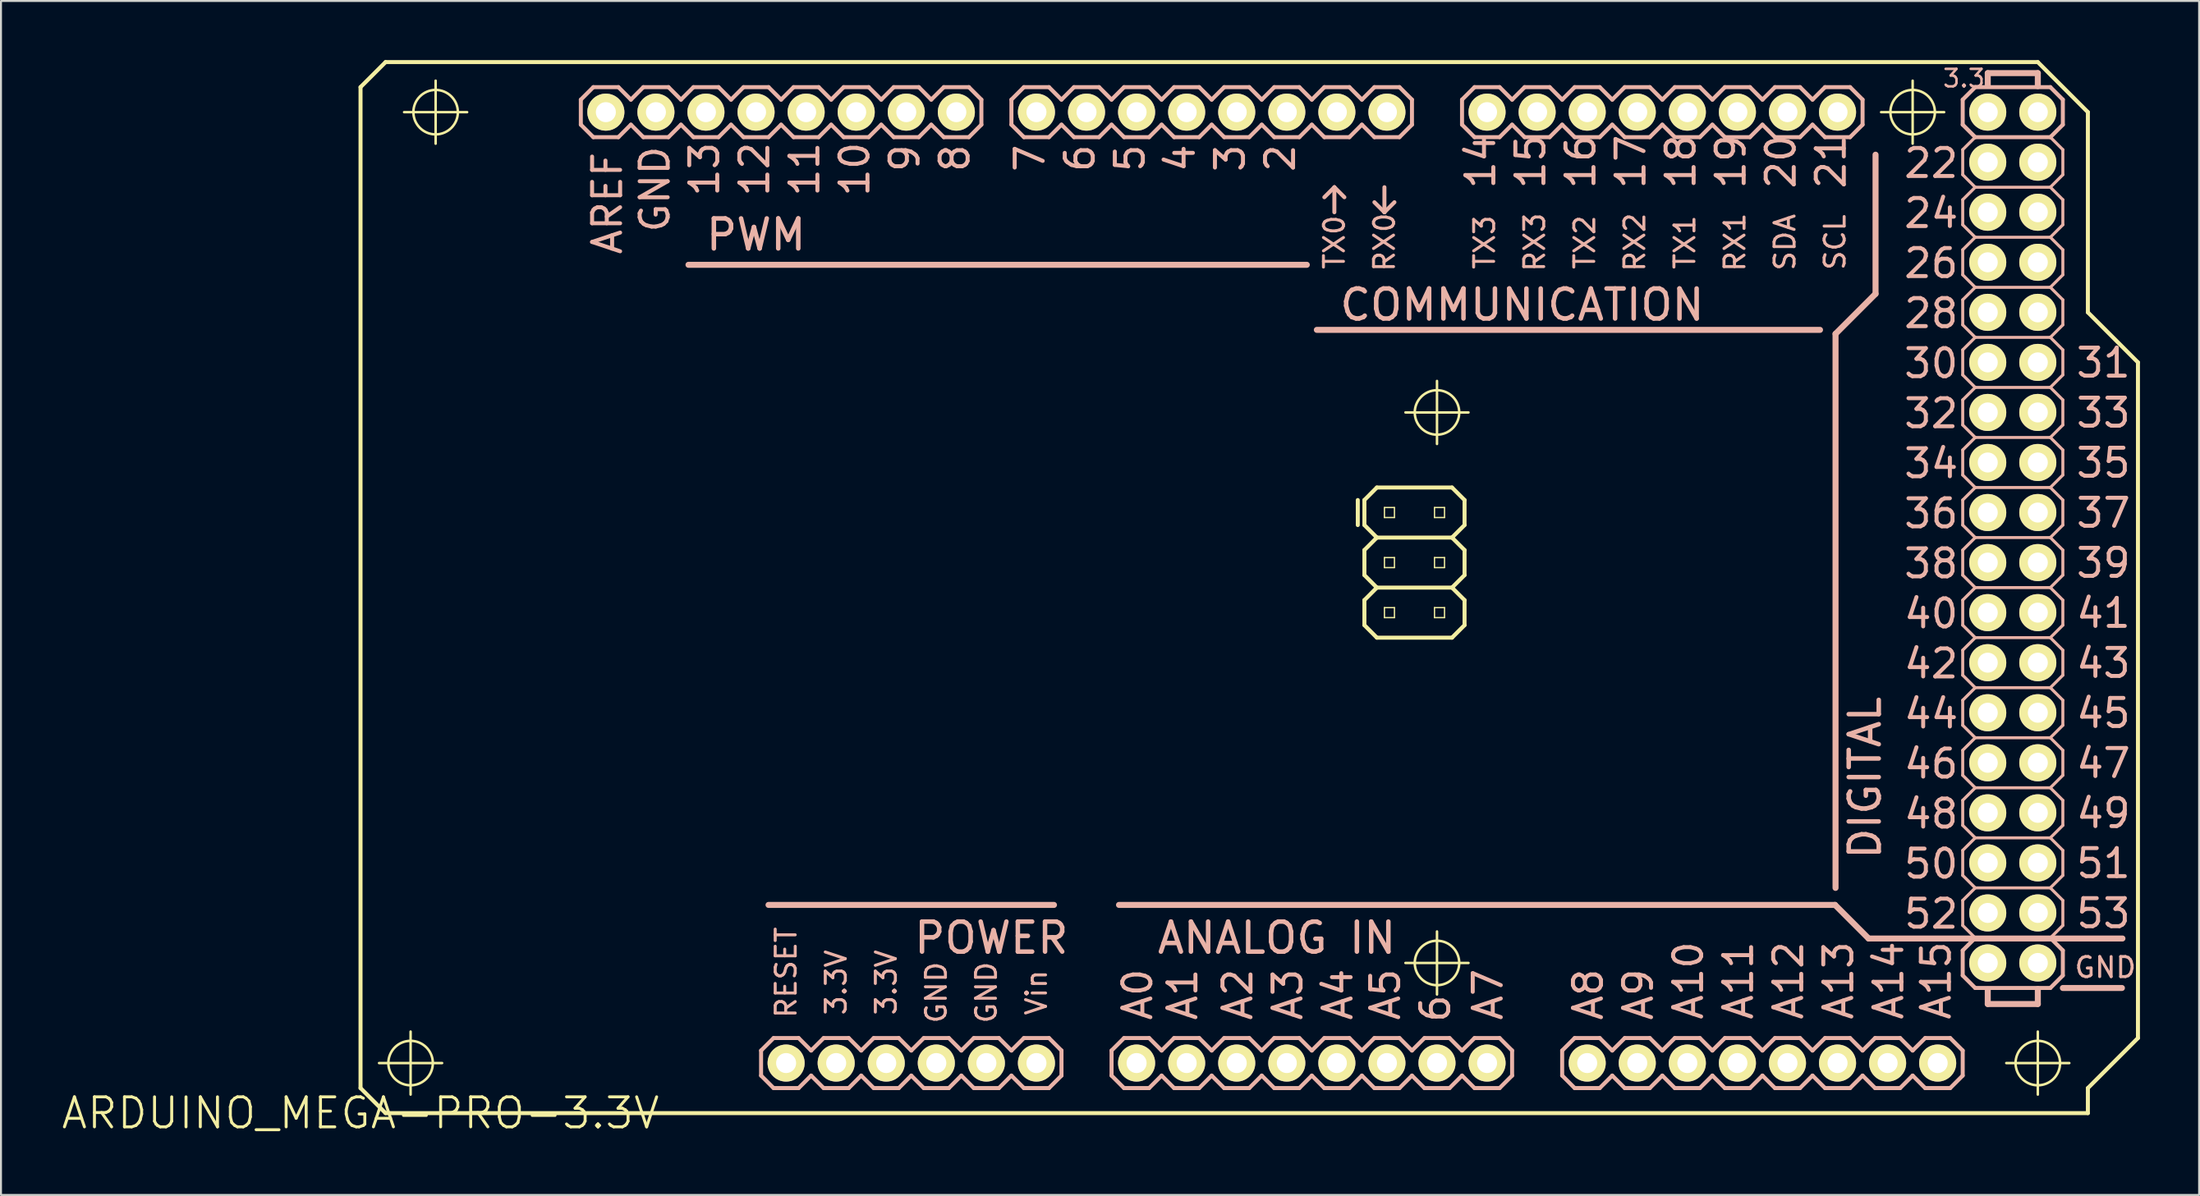
<source format=kicad_pcb>
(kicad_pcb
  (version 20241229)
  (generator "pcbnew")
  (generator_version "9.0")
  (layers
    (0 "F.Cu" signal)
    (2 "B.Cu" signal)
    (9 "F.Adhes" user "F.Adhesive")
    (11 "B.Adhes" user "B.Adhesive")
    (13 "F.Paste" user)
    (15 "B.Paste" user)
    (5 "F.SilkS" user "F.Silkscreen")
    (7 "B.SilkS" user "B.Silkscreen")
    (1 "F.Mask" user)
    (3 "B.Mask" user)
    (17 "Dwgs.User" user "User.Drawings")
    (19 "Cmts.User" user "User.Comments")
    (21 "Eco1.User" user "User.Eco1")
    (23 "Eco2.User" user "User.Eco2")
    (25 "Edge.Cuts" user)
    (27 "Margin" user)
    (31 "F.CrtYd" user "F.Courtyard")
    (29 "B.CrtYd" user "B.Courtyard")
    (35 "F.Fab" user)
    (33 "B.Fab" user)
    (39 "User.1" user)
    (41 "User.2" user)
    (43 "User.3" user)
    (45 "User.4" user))
  (footprint "ARDUINO_MEGA-PRO-3.3V"
    (layer "F.Cu")
    (at 15.24 53.442)
    (property "Reference" "ARDUINO_MEGA-PRO-3.3V" (at 0 0 0) (layer "F.SilkS") (effects (font (size 1.524 1.524) (thickness 0.15))))
    (attr exclude_from_pos_files exclude_from_bom)
    (fp_line (start 0 -52.07) (end 1.27 -53.34) (stroke (width 0.203) (type solid)) (layer "F.SilkS"))
    (fp_line (start 0 -1.27) (end 0 -52.07) (stroke (width 0.203) (type solid)) (layer "F.SilkS"))
    (fp_line (start 0.94 -2.54) (end 4.138 -2.54) (stroke (width 0.127) (type solid)) (layer "F.SilkS"))
    (fp_line (start 1.27 -53.34) (end 85.09 -53.34) (stroke (width 0.203) (type solid)) (layer "F.SilkS"))
    (fp_line (start 1.27 0) (end 0 -1.27) (stroke (width 0.203) (type solid)) (layer "F.SilkS"))
    (fp_line (start 2.21 -50.8) (end 5.408 -50.8) (stroke (width 0.127) (type solid)) (layer "F.SilkS"))
    (fp_line (start 2.54 -0.94) (end 2.54 -4.138) (stroke (width 0.127) (type solid)) (layer "F.SilkS"))
    (fp_line (start 3.81 -49.2) (end 3.81 -52.398) (stroke (width 0.127) (type solid)) (layer "F.SilkS"))
    (fp_line (start 12.192 -51.051) (end 12.7 -51.051) (stroke (width 0.066) (type solid)) (layer "F.SilkS"))
    (fp_line (start 12.192 -50.546) (end 12.192 -51.051) (stroke (width 0.066) (type solid)) (layer "F.SilkS"))
    (fp_line (start 12.192 -50.546) (end 12.7 -50.546) (stroke (width 0.066) (type solid)) (layer "F.SilkS"))
    (fp_line (start 12.7 -50.546) (end 12.7 -51.051) (stroke (width 0.066) (type solid)) (layer "F.SilkS"))
    (fp_line (start 14.732 -51.051) (end 15.24 -51.051) (stroke (width 0.066) (type solid)) (layer "F.SilkS"))
    (fp_line (start 14.732 -50.546) (end 14.732 -51.051) (stroke (width 0.066) (type solid)) (layer "F.SilkS"))
    (fp_line (start 14.732 -50.546) (end 15.24 -50.546) (stroke (width 0.066) (type solid)) (layer "F.SilkS"))
    (fp_line (start 15.24 -50.546) (end 15.24 -51.051) (stroke (width 0.066) (type solid)) (layer "F.SilkS"))
    (fp_line (start 17.272 -51.051) (end 17.78 -51.051) (stroke (width 0.066) (type solid)) (layer "F.SilkS"))
    (fp_line (start 17.272 -50.546) (end 17.272 -51.051) (stroke (width 0.066) (type solid)) (layer "F.SilkS"))
    (fp_line (start 17.272 -50.546) (end 17.78 -50.546) (stroke (width 0.066) (type solid)) (layer "F.SilkS"))
    (fp_line (start 17.78 -50.546) (end 17.78 -51.051) (stroke (width 0.066) (type solid)) (layer "F.SilkS"))
    (fp_line (start 19.812 -51.051) (end 20.32 -51.051) (stroke (width 0.066) (type solid)) (layer "F.SilkS"))
    (fp_line (start 19.812 -50.546) (end 19.812 -51.051) (stroke (width 0.066) (type solid)) (layer "F.SilkS"))
    (fp_line (start 19.812 -50.546) (end 20.32 -50.546) (stroke (width 0.066) (type solid)) (layer "F.SilkS"))
    (fp_line (start 20.32 -50.546) (end 20.32 -51.051) (stroke (width 0.066) (type solid)) (layer "F.SilkS"))
    (fp_line (start 21.336 -2.794) (end 21.844 -2.794) (stroke (width 0.066) (type solid)) (layer "F.SilkS"))
    (fp_line (start 21.336 -2.286) (end 21.336 -2.794) (stroke (width 0.066) (type solid)) (layer "F.SilkS"))
    (fp_line (start 21.336 -2.286) (end 21.844 -2.286) (stroke (width 0.066) (type solid)) (layer "F.SilkS"))
    (fp_line (start 21.844 -2.286) (end 21.844 -2.794) (stroke (width 0.066) (type solid)) (layer "F.SilkS"))
    (fp_line (start 22.352 -51.051) (end 22.86 -51.051) (stroke (width 0.066) (type solid)) (layer "F.SilkS"))
    (fp_line (start 22.352 -50.546) (end 22.352 -51.051) (stroke (width 0.066) (type solid)) (layer "F.SilkS"))
    (fp_line (start 22.352 -50.546) (end 22.86 -50.546) (stroke (width 0.066) (type solid)) (layer "F.SilkS"))
    (fp_line (start 22.86 -50.546) (end 22.86 -51.051) (stroke (width 0.066) (type solid)) (layer "F.SilkS"))
    (fp_line (start 23.876 -2.794) (end 24.384 -2.794) (stroke (width 0.066) (type solid)) (layer "F.SilkS"))
    (fp_line (start 23.876 -2.286) (end 23.876 -2.794) (stroke (width 0.066) (type solid)) (layer "F.SilkS"))
    (fp_line (start 23.876 -2.286) (end 24.384 -2.286) (stroke (width 0.066) (type solid)) (layer "F.SilkS"))
    (fp_line (start 24.384 -2.286) (end 24.384 -2.794) (stroke (width 0.066) (type solid)) (layer "F.SilkS"))
    (fp_line (start 24.892 -51.051) (end 25.4 -51.051) (stroke (width 0.066) (type solid)) (layer "F.SilkS"))
    (fp_line (start 24.892 -50.546) (end 24.892 -51.051) (stroke (width 0.066) (type solid)) (layer "F.SilkS"))
    (fp_line (start 24.892 -50.546) (end 25.4 -50.546) (stroke (width 0.066) (type solid)) (layer "F.SilkS"))
    (fp_line (start 25.4 -50.546) (end 25.4 -51.051) (stroke (width 0.066) (type solid)) (layer "F.SilkS"))
    (fp_line (start 26.416 -2.794) (end 26.924 -2.794) (stroke (width 0.066) (type solid)) (layer "F.SilkS"))
    (fp_line (start 26.416 -2.286) (end 26.416 -2.794) (stroke (width 0.066) (type solid)) (layer "F.SilkS"))
    (fp_line (start 26.416 -2.286) (end 26.924 -2.286) (stroke (width 0.066) (type solid)) (layer "F.SilkS"))
    (fp_line (start 26.924 -2.286) (end 26.924 -2.794) (stroke (width 0.066) (type solid)) (layer "F.SilkS"))
    (fp_line (start 27.432 -51.051) (end 27.94 -51.051) (stroke (width 0.066) (type solid)) (layer "F.SilkS"))
    (fp_line (start 27.432 -50.546) (end 27.432 -51.051) (stroke (width 0.066) (type solid)) (layer "F.SilkS"))
    (fp_line (start 27.432 -50.546) (end 27.94 -50.546) (stroke (width 0.066) (type solid)) (layer "F.SilkS"))
    (fp_line (start 27.94 -50.546) (end 27.94 -51.051) (stroke (width 0.066) (type solid)) (layer "F.SilkS"))
    (fp_line (start 28.953 -2.794) (end 29.464 -2.794) (stroke (width 0.066) (type solid)) (layer "F.SilkS"))
    (fp_line (start 28.953 -2.286) (end 28.953 -2.794) (stroke (width 0.066) (type solid)) (layer "F.SilkS"))
    (fp_line (start 28.953 -2.286) (end 29.464 -2.286) (stroke (width 0.066) (type solid)) (layer "F.SilkS"))
    (fp_line (start 29.464 -2.286) (end 29.464 -2.794) (stroke (width 0.066) (type solid)) (layer "F.SilkS"))
    (fp_line (start 29.972 -51.051) (end 30.48 -51.051) (stroke (width 0.066) (type solid)) (layer "F.SilkS"))
    (fp_line (start 29.972 -50.546) (end 29.972 -51.051) (stroke (width 0.066) (type solid)) (layer "F.SilkS"))
    (fp_line (start 29.972 -50.546) (end 30.48 -50.546) (stroke (width 0.066) (type solid)) (layer "F.SilkS"))
    (fp_line (start 30.48 -50.546) (end 30.48 -51.051) (stroke (width 0.066) (type solid)) (layer "F.SilkS"))
    (fp_line (start 31.496 -2.794) (end 32.004 -2.794) (stroke (width 0.066) (type solid)) (layer "F.SilkS"))
    (fp_line (start 31.496 -2.286) (end 31.496 -2.794) (stroke (width 0.066) (type solid)) (layer "F.SilkS"))
    (fp_line (start 31.496 -2.286) (end 32.004 -2.286) (stroke (width 0.066) (type solid)) (layer "F.SilkS"))
    (fp_line (start 32.004 -2.286) (end 32.004 -2.794) (stroke (width 0.066) (type solid)) (layer "F.SilkS"))
    (fp_line (start 34.036 -51.051) (end 34.544 -51.051) (stroke (width 0.066) (type solid)) (layer "F.SilkS"))
    (fp_line (start 34.036 -50.546) (end 34.036 -51.051) (stroke (width 0.066) (type solid)) (layer "F.SilkS"))
    (fp_line (start 34.036 -50.546) (end 34.544 -50.546) (stroke (width 0.066) (type solid)) (layer "F.SilkS"))
    (fp_line (start 34.036 -2.794) (end 34.544 -2.794) (stroke (width 0.066) (type solid)) (layer "F.SilkS"))
    (fp_line (start 34.036 -2.286) (end 34.036 -2.794) (stroke (width 0.066) (type solid)) (layer "F.SilkS"))
    (fp_line (start 34.036 -2.286) (end 34.544 -2.286) (stroke (width 0.066) (type solid)) (layer "F.SilkS"))
    (fp_line (start 34.544 -50.546) (end 34.544 -51.051) (stroke (width 0.066) (type solid)) (layer "F.SilkS"))
    (fp_line (start 34.544 -2.286) (end 34.544 -2.794) (stroke (width 0.066) (type solid)) (layer "F.SilkS"))
    (fp_line (start 36.576 -51.051) (end 37.084 -51.051) (stroke (width 0.066) (type solid)) (layer "F.SilkS"))
    (fp_line (start 36.576 -50.546) (end 36.576 -51.051) (stroke (width 0.066) (type solid)) (layer "F.SilkS"))
    (fp_line (start 36.576 -50.546) (end 37.084 -50.546) (stroke (width 0.066) (type solid)) (layer "F.SilkS"))
    (fp_line (start 37.084 -50.546) (end 37.084 -51.051) (stroke (width 0.066) (type solid)) (layer "F.SilkS"))
    (fp_line (start 39.116 -51.051) (end 39.624 -51.051) (stroke (width 0.066) (type solid)) (layer "F.SilkS"))
    (fp_line (start 39.116 -50.546) (end 39.116 -51.051) (stroke (width 0.066) (type solid)) (layer "F.SilkS"))
    (fp_line (start 39.116 -50.546) (end 39.624 -50.546) (stroke (width 0.066) (type solid)) (layer "F.SilkS"))
    (fp_line (start 39.116 -2.794) (end 39.624 -2.794) (stroke (width 0.066) (type solid)) (layer "F.SilkS"))
    (fp_line (start 39.116 -2.286) (end 39.116 -2.794) (stroke (width 0.066) (type solid)) (layer "F.SilkS"))
    (fp_line (start 39.116 -2.286) (end 39.624 -2.286) (stroke (width 0.066) (type solid)) (layer "F.SilkS"))
    (fp_line (start 39.624 -50.546) (end 39.624 -51.051) (stroke (width 0.066) (type solid)) (layer "F.SilkS"))
    (fp_line (start 39.624 -2.286) (end 39.624 -2.794) (stroke (width 0.066) (type solid)) (layer "F.SilkS"))
    (fp_line (start 41.656 -51.051) (end 42.164 -51.051) (stroke (width 0.066) (type solid)) (layer "F.SilkS"))
    (fp_line (start 41.656 -50.546) (end 41.656 -51.051) (stroke (width 0.066) (type solid)) (layer "F.SilkS"))
    (fp_line (start 41.656 -50.546) (end 42.164 -50.546) (stroke (width 0.066) (type solid)) (layer "F.SilkS"))
    (fp_line (start 41.656 -2.794) (end 42.164 -2.794) (stroke (width 0.066) (type solid)) (layer "F.SilkS"))
    (fp_line (start 41.656 -2.286) (end 41.656 -2.794) (stroke (width 0.066) (type solid)) (layer "F.SilkS"))
    (fp_line (start 41.656 -2.286) (end 42.164 -2.286) (stroke (width 0.066) (type solid)) (layer "F.SilkS"))
    (fp_line (start 42.164 -50.546) (end 42.164 -51.051) (stroke (width 0.066) (type solid)) (layer "F.SilkS"))
    (fp_line (start 42.164 -2.286) (end 42.164 -2.794) (stroke (width 0.066) (type solid)) (layer "F.SilkS"))
    (fp_line (start 44.196 -51.051) (end 44.704 -51.051) (stroke (width 0.066) (type solid)) (layer "F.SilkS"))
    (fp_line (start 44.196 -50.546) (end 44.196 -51.051) (stroke (width 0.066) (type solid)) (layer "F.SilkS"))
    (fp_line (start 44.196 -50.546) (end 44.704 -50.546) (stroke (width 0.066) (type solid)) (layer "F.SilkS"))
    (fp_line (start 44.196 -2.794) (end 44.704 -2.794) (stroke (width 0.066) (type solid)) (layer "F.SilkS"))
    (fp_line (start 44.196 -2.286) (end 44.196 -2.794) (stroke (width 0.066) (type solid)) (layer "F.SilkS"))
    (fp_line (start 44.196 -2.286) (end 44.704 -2.286) (stroke (width 0.066) (type solid)) (layer "F.SilkS"))
    (fp_line (start 44.704 -50.546) (end 44.704 -51.051) (stroke (width 0.066) (type solid)) (layer "F.SilkS"))
    (fp_line (start 44.704 -2.286) (end 44.704 -2.794) (stroke (width 0.066) (type solid)) (layer "F.SilkS"))
    (fp_line (start 46.736 -51.051) (end 47.244 -51.051) (stroke (width 0.066) (type solid)) (layer "F.SilkS"))
    (fp_line (start 46.736 -50.546) (end 46.736 -51.051) (stroke (width 0.066) (type solid)) (layer "F.SilkS"))
    (fp_line (start 46.736 -50.546) (end 47.244 -50.546) (stroke (width 0.066) (type solid)) (layer "F.SilkS"))
    (fp_line (start 46.736 -2.794) (end 47.244 -2.794) (stroke (width 0.066) (type solid)) (layer "F.SilkS"))
    (fp_line (start 46.736 -2.286) (end 46.736 -2.794) (stroke (width 0.066) (type solid)) (layer "F.SilkS"))
    (fp_line (start 46.736 -2.286) (end 47.244 -2.286) (stroke (width 0.066) (type solid)) (layer "F.SilkS"))
    (fp_line (start 47.244 -50.546) (end 47.244 -51.051) (stroke (width 0.066) (type solid)) (layer "F.SilkS"))
    (fp_line (start 47.244 -2.286) (end 47.244 -2.794) (stroke (width 0.066) (type solid)) (layer "F.SilkS"))
    (fp_line (start 49.276 -51.051) (end 49.784 -51.051) (stroke (width 0.066) (type solid)) (layer "F.SilkS"))
    (fp_line (start 49.276 -50.546) (end 49.276 -51.051) (stroke (width 0.066) (type solid)) (layer "F.SilkS"))
    (fp_line (start 49.276 -50.546) (end 49.784 -50.546) (stroke (width 0.066) (type solid)) (layer "F.SilkS"))
    (fp_line (start 49.276 -2.794) (end 49.784 -2.794) (stroke (width 0.066) (type solid)) (layer "F.SilkS"))
    (fp_line (start 49.276 -2.286) (end 49.276 -2.794) (stroke (width 0.066) (type solid)) (layer "F.SilkS"))
    (fp_line (start 49.276 -2.286) (end 49.784 -2.286) (stroke (width 0.066) (type solid)) (layer "F.SilkS"))
    (fp_line (start 49.784 -50.546) (end 49.784 -51.051) (stroke (width 0.066) (type solid)) (layer "F.SilkS"))
    (fp_line (start 49.784 -2.286) (end 49.784 -2.794) (stroke (width 0.066) (type solid)) (layer "F.SilkS"))
    (fp_line (start 50.592 -29.845) (end 50.592 -31.115) (stroke (width 0.203) (type solid)) (layer "F.SilkS"))
    (fp_line (start 50.927 -31.115) (end 50.927 -29.845) (stroke (width 0.203) (type solid)) (layer "F.SilkS"))
    (fp_line (start 50.927 -29.845) (end 51.559 -29.21) (stroke (width 0.203) (type solid)) (layer "F.SilkS"))
    (fp_line (start 50.927 -28.575) (end 50.927 -27.305) (stroke (width 0.203) (type solid)) (layer "F.SilkS"))
    (fp_line (start 50.927 -27.305) (end 51.559 -26.67) (stroke (width 0.203) (type solid)) (layer "F.SilkS"))
    (fp_line (start 50.927 -26.035) (end 50.927 -24.765) (stroke (width 0.203) (type solid)) (layer "F.SilkS"))
    (fp_line (start 50.927 -24.765) (end 51.559 -24.13) (stroke (width 0.203) (type solid)) (layer "F.SilkS"))
    (fp_line (start 51.559 -31.75) (end 50.927 -31.115) (stroke (width 0.203) (type solid)) (layer "F.SilkS"))
    (fp_line (start 51.559 -31.75) (end 55.372 -31.75) (stroke (width 0.203) (type solid)) (layer "F.SilkS"))
    (fp_line (start 51.559 -29.21) (end 50.927 -28.575) (stroke (width 0.203) (type solid)) (layer "F.SilkS"))
    (fp_line (start 51.559 -26.67) (end 50.927 -26.035) (stroke (width 0.203) (type solid)) (layer "F.SilkS"))
    (fp_line (start 51.816 -51.051) (end 52.324 -51.051) (stroke (width 0.066) (type solid)) (layer "F.SilkS"))
    (fp_line (start 51.816 -50.546) (end 51.816 -51.051) (stroke (width 0.066) (type solid)) (layer "F.SilkS"))
    (fp_line (start 51.816 -50.546) (end 52.324 -50.546) (stroke (width 0.066) (type solid)) (layer "F.SilkS"))
    (fp_line (start 51.816 -2.794) (end 52.324 -2.794) (stroke (width 0.066) (type solid)) (layer "F.SilkS"))
    (fp_line (start 51.816 -2.286) (end 51.816 -2.794) (stroke (width 0.066) (type solid)) (layer "F.SilkS"))
    (fp_line (start 51.816 -2.286) (end 52.324 -2.286) (stroke (width 0.066) (type solid)) (layer "F.SilkS"))
    (fp_line (start 51.943 -30.734) (end 52.451 -30.734) (stroke (width 0.066) (type solid)) (layer "F.SilkS"))
    (fp_line (start 51.943 -30.226) (end 51.943 -30.734) (stroke (width 0.066) (type solid)) (layer "F.SilkS"))
    (fp_line (start 51.943 -30.226) (end 52.451 -30.226) (stroke (width 0.066) (type solid)) (layer "F.SilkS"))
    (fp_line (start 51.943 -28.194) (end 52.451 -28.194) (stroke (width 0.066) (type solid)) (layer "F.SilkS"))
    (fp_line (start 51.943 -27.686) (end 51.943 -28.194) (stroke (width 0.066) (type solid)) (layer "F.SilkS"))
    (fp_line (start 51.943 -27.686) (end 52.451 -27.686) (stroke (width 0.066) (type solid)) (layer "F.SilkS"))
    (fp_line (start 51.943 -25.654) (end 52.451 -25.654) (stroke (width 0.066) (type solid)) (layer "F.SilkS"))
    (fp_line (start 51.943 -25.146) (end 51.943 -25.654) (stroke (width 0.066) (type solid)) (layer "F.SilkS"))
    (fp_line (start 51.943 -25.146) (end 52.451 -25.146) (stroke (width 0.066) (type solid)) (layer "F.SilkS"))
    (fp_line (start 52.324 -50.546) (end 52.324 -51.051) (stroke (width 0.066) (type solid)) (layer "F.SilkS"))
    (fp_line (start 52.324 -2.286) (end 52.324 -2.794) (stroke (width 0.066) (type solid)) (layer "F.SilkS"))
    (fp_line (start 52.451 -30.226) (end 52.451 -30.734) (stroke (width 0.066) (type solid)) (layer "F.SilkS"))
    (fp_line (start 52.451 -27.686) (end 52.451 -28.194) (stroke (width 0.066) (type solid)) (layer "F.SilkS"))
    (fp_line (start 52.451 -25.146) (end 52.451 -25.654) (stroke (width 0.066) (type solid)) (layer "F.SilkS"))
    (fp_line (start 53.01 -35.56) (end 56.208 -35.56) (stroke (width 0.127) (type solid)) (layer "F.SilkS"))
    (fp_line (start 53.01 -7.62) (end 56.208 -7.62) (stroke (width 0.127) (type solid)) (layer "F.SilkS"))
    (fp_line (start 54.356 -2.794) (end 54.864 -2.794) (stroke (width 0.066) (type solid)) (layer "F.SilkS"))
    (fp_line (start 54.356 -2.286) (end 54.356 -2.794) (stroke (width 0.066) (type solid)) (layer "F.SilkS"))
    (fp_line (start 54.356 -2.286) (end 54.864 -2.286) (stroke (width 0.066) (type solid)) (layer "F.SilkS"))
    (fp_line (start 54.483 -30.734) (end 54.991 -30.734) (stroke (width 0.066) (type solid)) (layer "F.SilkS"))
    (fp_line (start 54.483 -30.226) (end 54.483 -30.734) (stroke (width 0.066) (type solid)) (layer "F.SilkS"))
    (fp_line (start 54.483 -30.226) (end 54.991 -30.226) (stroke (width 0.066) (type solid)) (layer "F.SilkS"))
    (fp_line (start 54.483 -28.194) (end 54.991 -28.194) (stroke (width 0.066) (type solid)) (layer "F.SilkS"))
    (fp_line (start 54.483 -27.686) (end 54.483 -28.194) (stroke (width 0.066) (type solid)) (layer "F.SilkS"))
    (fp_line (start 54.483 -27.686) (end 54.991 -27.686) (stroke (width 0.066) (type solid)) (layer "F.SilkS"))
    (fp_line (start 54.483 -25.654) (end 54.991 -25.654) (stroke (width 0.066) (type solid)) (layer "F.SilkS"))
    (fp_line (start 54.483 -25.146) (end 54.483 -25.654) (stroke (width 0.066) (type solid)) (layer "F.SilkS"))
    (fp_line (start 54.483 -25.146) (end 54.991 -25.146) (stroke (width 0.066) (type solid)) (layer "F.SilkS"))
    (fp_line (start 54.61 -33.96) (end 54.61 -37.158) (stroke (width 0.127) (type solid)) (layer "F.SilkS"))
    (fp_line (start 54.61 -6.02) (end 54.61 -9.218) (stroke (width 0.127) (type solid)) (layer "F.SilkS"))
    (fp_line (start 54.864 -2.286) (end 54.864 -2.794) (stroke (width 0.066) (type solid)) (layer "F.SilkS"))
    (fp_line (start 54.991 -30.226) (end 54.991 -30.734) (stroke (width 0.066) (type solid)) (layer "F.SilkS"))
    (fp_line (start 54.991 -27.686) (end 54.991 -28.194) (stroke (width 0.066) (type solid)) (layer "F.SilkS"))
    (fp_line (start 54.991 -25.146) (end 54.991 -25.654) (stroke (width 0.066) (type solid)) (layer "F.SilkS"))
    (fp_line (start 55.372 -31.75) (end 56.007 -31.115) (stroke (width 0.203) (type solid)) (layer "F.SilkS"))
    (fp_line (start 55.372 -29.21) (end 51.559 -29.21) (stroke (width 0.203) (type solid)) (layer "F.SilkS"))
    (fp_line (start 55.372 -29.21) (end 56.007 -28.575) (stroke (width 0.203) (type solid)) (layer "F.SilkS"))
    (fp_line (start 55.372 -26.67) (end 51.559 -26.67) (stroke (width 0.203) (type solid)) (layer "F.SilkS"))
    (fp_line (start 55.372 -26.67) (end 56.007 -26.035) (stroke (width 0.203) (type solid)) (layer "F.SilkS"))
    (fp_line (start 55.372 -24.13) (end 51.559 -24.13) (stroke (width 0.203) (type solid)) (layer "F.SilkS"))
    (fp_line (start 56.007 -31.115) (end 56.007 -29.845) (stroke (width 0.203) (type solid)) (layer "F.SilkS"))
    (fp_line (start 56.007 -29.845) (end 55.372 -29.21) (stroke (width 0.203) (type solid)) (layer "F.SilkS"))
    (fp_line (start 56.007 -28.575) (end 56.007 -27.305) (stroke (width 0.203) (type solid)) (layer "F.SilkS"))
    (fp_line (start 56.007 -27.305) (end 55.372 -26.67) (stroke (width 0.203) (type solid)) (layer "F.SilkS"))
    (fp_line (start 56.007 -26.035) (end 56.007 -24.765) (stroke (width 0.203) (type solid)) (layer "F.SilkS"))
    (fp_line (start 56.007 -24.765) (end 55.372 -24.13) (stroke (width 0.203) (type solid)) (layer "F.SilkS"))
    (fp_line (start 56.896 -51.051) (end 57.401 -51.051) (stroke (width 0.066) (type solid)) (layer "F.SilkS"))
    (fp_line (start 56.896 -50.546) (end 56.896 -51.051) (stroke (width 0.066) (type solid)) (layer "F.SilkS"))
    (fp_line (start 56.896 -50.546) (end 57.401 -50.546) (stroke (width 0.066) (type solid)) (layer "F.SilkS"))
    (fp_line (start 56.896 -2.794) (end 57.401 -2.794) (stroke (width 0.066) (type solid)) (layer "F.SilkS"))
    (fp_line (start 56.896 -2.286) (end 56.896 -2.794) (stroke (width 0.066) (type solid)) (layer "F.SilkS"))
    (fp_line (start 56.896 -2.286) (end 57.401 -2.286) (stroke (width 0.066) (type solid)) (layer "F.SilkS"))
    (fp_line (start 57.401 -50.546) (end 57.401 -51.051) (stroke (width 0.066) (type solid)) (layer "F.SilkS"))
    (fp_line (start 57.401 -2.286) (end 57.401 -2.794) (stroke (width 0.066) (type solid)) (layer "F.SilkS"))
    (fp_line (start 59.436 -51.051) (end 59.944 -51.051) (stroke (width 0.066) (type solid)) (layer "F.SilkS"))
    (fp_line (start 59.436 -50.546) (end 59.436 -51.051) (stroke (width 0.066) (type solid)) (layer "F.SilkS"))
    (fp_line (start 59.436 -50.546) (end 59.944 -50.546) (stroke (width 0.066) (type solid)) (layer "F.SilkS"))
    (fp_line (start 59.944 -50.546) (end 59.944 -51.051) (stroke (width 0.066) (type solid)) (layer "F.SilkS"))
    (fp_line (start 61.976 -51.051) (end 62.484 -51.051) (stroke (width 0.066) (type solid)) (layer "F.SilkS"))
    (fp_line (start 61.976 -50.546) (end 61.976 -51.051) (stroke (width 0.066) (type solid)) (layer "F.SilkS"))
    (fp_line (start 61.976 -50.546) (end 62.484 -50.546) (stroke (width 0.066) (type solid)) (layer "F.SilkS"))
    (fp_line (start 61.976 -2.794) (end 62.484 -2.794) (stroke (width 0.066) (type solid)) (layer "F.SilkS"))
    (fp_line (start 61.976 -2.286) (end 61.976 -2.794) (stroke (width 0.066) (type solid)) (layer "F.SilkS"))
    (fp_line (start 61.976 -2.286) (end 62.484 -2.286) (stroke (width 0.066) (type solid)) (layer "F.SilkS"))
    (fp_line (start 62.484 -50.546) (end 62.484 -51.051) (stroke (width 0.066) (type solid)) (layer "F.SilkS"))
    (fp_line (start 62.484 -2.286) (end 62.484 -2.794) (stroke (width 0.066) (type solid)) (layer "F.SilkS"))
    (fp_line (start 64.516 -51.051) (end 65.024 -51.051) (stroke (width 0.066) (type solid)) (layer "F.SilkS"))
    (fp_line (start 64.516 -50.546) (end 64.516 -51.051) (stroke (width 0.066) (type solid)) (layer "F.SilkS"))
    (fp_line (start 64.516 -50.546) (end 65.024 -50.546) (stroke (width 0.066) (type solid)) (layer "F.SilkS"))
    (fp_line (start 64.516 -2.794) (end 65.024 -2.794) (stroke (width 0.066) (type solid)) (layer "F.SilkS"))
    (fp_line (start 64.516 -2.286) (end 64.516 -2.794) (stroke (width 0.066) (type solid)) (layer "F.SilkS"))
    (fp_line (start 64.516 -2.286) (end 65.024 -2.286) (stroke (width 0.066) (type solid)) (layer "F.SilkS"))
    (fp_line (start 65.024 -50.546) (end 65.024 -51.051) (stroke (width 0.066) (type solid)) (layer "F.SilkS"))
    (fp_line (start 65.024 -2.286) (end 65.024 -2.794) (stroke (width 0.066) (type solid)) (layer "F.SilkS"))
    (fp_line (start 67.056 -51.051) (end 67.564 -51.051) (stroke (width 0.066) (type solid)) (layer "F.SilkS"))
    (fp_line (start 67.056 -50.546) (end 67.056 -51.051) (stroke (width 0.066) (type solid)) (layer "F.SilkS"))
    (fp_line (start 67.056 -50.546) (end 67.564 -50.546) (stroke (width 0.066) (type solid)) (layer "F.SilkS"))
    (fp_line (start 67.056 -2.794) (end 67.564 -2.794) (stroke (width 0.066) (type solid)) (layer "F.SilkS"))
    (fp_line (start 67.056 -2.286) (end 67.056 -2.794) (stroke (width 0.066) (type solid)) (layer "F.SilkS"))
    (fp_line (start 67.056 -2.286) (end 67.564 -2.286) (stroke (width 0.066) (type solid)) (layer "F.SilkS"))
    (fp_line (start 67.564 -50.546) (end 67.564 -51.051) (stroke (width 0.066) (type solid)) (layer "F.SilkS"))
    (fp_line (start 67.564 -2.286) (end 67.564 -2.794) (stroke (width 0.066) (type solid)) (layer "F.SilkS"))
    (fp_line (start 69.596 -51.051) (end 70.101 -51.051) (stroke (width 0.066) (type solid)) (layer "F.SilkS"))
    (fp_line (start 69.596 -50.546) (end 69.596 -51.051) (stroke (width 0.066) (type solid)) (layer "F.SilkS"))
    (fp_line (start 69.596 -50.546) (end 70.101 -50.546) (stroke (width 0.066) (type solid)) (layer "F.SilkS"))
    (fp_line (start 69.596 -2.794) (end 70.101 -2.794) (stroke (width 0.066) (type solid)) (layer "F.SilkS"))
    (fp_line (start 69.596 -2.286) (end 69.596 -2.794) (stroke (width 0.066) (type solid)) (layer "F.SilkS"))
    (fp_line (start 69.596 -2.286) (end 70.101 -2.286) (stroke (width 0.066) (type solid)) (layer "F.SilkS"))
    (fp_line (start 70.101 -50.546) (end 70.101 -51.051) (stroke (width 0.066) (type solid)) (layer "F.SilkS"))
    (fp_line (start 70.101 -2.286) (end 70.101 -2.794) (stroke (width 0.066) (type solid)) (layer "F.SilkS"))
    (fp_line (start 72.136 -51.051) (end 72.644 -51.051) (stroke (width 0.066) (type solid)) (layer "F.SilkS"))
    (fp_line (start 72.136 -50.546) (end 72.136 -51.051) (stroke (width 0.066) (type solid)) (layer "F.SilkS"))
    (fp_line (start 72.136 -50.546) (end 72.644 -50.546) (stroke (width 0.066) (type solid)) (layer "F.SilkS"))
    (fp_line (start 72.136 -2.794) (end 72.644 -2.794) (stroke (width 0.066) (type solid)) (layer "F.SilkS"))
    (fp_line (start 72.136 -2.286) (end 72.136 -2.794) (stroke (width 0.066) (type solid)) (layer "F.SilkS"))
    (fp_line (start 72.136 -2.286) (end 72.644 -2.286) (stroke (width 0.066) (type solid)) (layer "F.SilkS"))
    (fp_line (start 72.644 -50.546) (end 72.644 -51.051) (stroke (width 0.066) (type solid)) (layer "F.SilkS"))
    (fp_line (start 72.644 -2.286) (end 72.644 -2.794) (stroke (width 0.066) (type solid)) (layer "F.SilkS"))
    (fp_line (start 74.676 -51.051) (end 75.184 -51.051) (stroke (width 0.066) (type solid)) (layer "F.SilkS"))
    (fp_line (start 74.676 -50.546) (end 74.676 -51.051) (stroke (width 0.066) (type solid)) (layer "F.SilkS"))
    (fp_line (start 74.676 -50.546) (end 75.184 -50.546) (stroke (width 0.066) (type solid)) (layer "F.SilkS"))
    (fp_line (start 74.676 -2.794) (end 75.184 -2.794) (stroke (width 0.066) (type solid)) (layer "F.SilkS"))
    (fp_line (start 74.676 -2.286) (end 74.676 -2.794) (stroke (width 0.066) (type solid)) (layer "F.SilkS"))
    (fp_line (start 74.676 -2.286) (end 75.184 -2.286) (stroke (width 0.066) (type solid)) (layer "F.SilkS"))
    (fp_line (start 75.184 -50.546) (end 75.184 -51.051) (stroke (width 0.066) (type solid)) (layer "F.SilkS"))
    (fp_line (start 75.184 -2.286) (end 75.184 -2.794) (stroke (width 0.066) (type solid)) (layer "F.SilkS"))
    (fp_line (start 77.14 -50.8) (end 80.338 -50.8) (stroke (width 0.127) (type solid)) (layer "F.SilkS"))
    (fp_line (start 77.216 -2.794) (end 77.724 -2.794) (stroke (width 0.066) (type solid)) (layer "F.SilkS"))
    (fp_line (start 77.216 -2.286) (end 77.216 -2.794) (stroke (width 0.066) (type solid)) (layer "F.SilkS"))
    (fp_line (start 77.216 -2.286) (end 77.724 -2.286) (stroke (width 0.066) (type solid)) (layer "F.SilkS"))
    (fp_line (start 77.724 -2.286) (end 77.724 -2.794) (stroke (width 0.066) (type solid)) (layer "F.SilkS"))
    (fp_line (start 78.74 -49.2) (end 78.74 -52.398) (stroke (width 0.127) (type solid)) (layer "F.SilkS"))
    (fp_line (start 79.756 -2.794) (end 80.264 -2.794) (stroke (width 0.066) (type solid)) (layer "F.SilkS"))
    (fp_line (start 79.756 -2.286) (end 79.756 -2.794) (stroke (width 0.066) (type solid)) (layer "F.SilkS"))
    (fp_line (start 79.756 -2.286) (end 80.264 -2.286) (stroke (width 0.066) (type solid)) (layer "F.SilkS"))
    (fp_line (start 80.264 -2.286) (end 80.264 -2.794) (stroke (width 0.066) (type solid)) (layer "F.SilkS"))
    (fp_line (start 82.296 -51.051) (end 82.801 -51.051) (stroke (width 0.066) (type solid)) (layer "F.SilkS"))
    (fp_line (start 82.296 -50.546) (end 82.296 -51.051) (stroke (width 0.066) (type solid)) (layer "F.SilkS"))
    (fp_line (start 82.296 -50.546) (end 82.801 -50.546) (stroke (width 0.066) (type solid)) (layer "F.SilkS"))
    (fp_line (start 82.296 -48.514) (end 82.801 -48.514) (stroke (width 0.066) (type solid)) (layer "F.SilkS"))
    (fp_line (start 82.296 -48.006) (end 82.296 -48.514) (stroke (width 0.066) (type solid)) (layer "F.SilkS"))
    (fp_line (start 82.296 -48.006) (end 82.801 -48.006) (stroke (width 0.066) (type solid)) (layer "F.SilkS"))
    (fp_line (start 82.296 -45.974) (end 82.801 -45.974) (stroke (width 0.066) (type solid)) (layer "F.SilkS"))
    (fp_line (start 82.296 -45.466) (end 82.296 -45.974) (stroke (width 0.066) (type solid)) (layer "F.SilkS"))
    (fp_line (start 82.296 -45.466) (end 82.801 -45.466) (stroke (width 0.066) (type solid)) (layer "F.SilkS"))
    (fp_line (start 82.296 -43.434) (end 82.801 -43.434) (stroke (width 0.066) (type solid)) (layer "F.SilkS"))
    (fp_line (start 82.296 -42.926) (end 82.296 -43.434) (stroke (width 0.066) (type solid)) (layer "F.SilkS"))
    (fp_line (start 82.296 -42.926) (end 82.801 -42.926) (stroke (width 0.066) (type solid)) (layer "F.SilkS"))
    (fp_line (start 82.296 -40.894) (end 82.801 -40.894) (stroke (width 0.066) (type solid)) (layer "F.SilkS"))
    (fp_line (start 82.296 -40.386) (end 82.296 -40.894) (stroke (width 0.066) (type solid)) (layer "F.SilkS"))
    (fp_line (start 82.296 -40.386) (end 82.801 -40.386) (stroke (width 0.066) (type solid)) (layer "F.SilkS"))
    (fp_line (start 82.296 -38.354) (end 82.801 -38.354) (stroke (width 0.066) (type solid)) (layer "F.SilkS"))
    (fp_line (start 82.296 -37.846) (end 82.296 -38.354) (stroke (width 0.066) (type solid)) (layer "F.SilkS"))
    (fp_line (start 82.296 -37.846) (end 82.801 -37.846) (stroke (width 0.066) (type solid)) (layer "F.SilkS"))
    (fp_line (start 82.296 -35.814) (end 82.801 -35.814) (stroke (width 0.066) (type solid)) (layer "F.SilkS"))
    (fp_line (start 82.296 -35.303) (end 82.296 -35.814) (stroke (width 0.066) (type solid)) (layer "F.SilkS"))
    (fp_line (start 82.296 -35.303) (end 82.801 -35.303) (stroke (width 0.066) (type solid)) (layer "F.SilkS"))
    (fp_line (start 82.296 -33.274) (end 82.801 -33.274) (stroke (width 0.066) (type solid)) (layer "F.SilkS"))
    (fp_line (start 82.296 -32.766) (end 82.296 -33.274) (stroke (width 0.066) (type solid)) (layer "F.SilkS"))
    (fp_line (start 82.296 -32.766) (end 82.801 -32.766) (stroke (width 0.066) (type solid)) (layer "F.SilkS"))
    (fp_line (start 82.296 -30.734) (end 82.801 -30.734) (stroke (width 0.066) (type solid)) (layer "F.SilkS"))
    (fp_line (start 82.296 -30.226) (end 82.296 -30.734) (stroke (width 0.066) (type solid)) (layer "F.SilkS"))
    (fp_line (start 82.296 -30.226) (end 82.801 -30.226) (stroke (width 0.066) (type solid)) (layer "F.SilkS"))
    (fp_line (start 82.296 -28.194) (end 82.801 -28.194) (stroke (width 0.066) (type solid)) (layer "F.SilkS"))
    (fp_line (start 82.296 -27.686) (end 82.296 -28.194) (stroke (width 0.066) (type solid)) (layer "F.SilkS"))
    (fp_line (start 82.296 -27.686) (end 82.801 -27.686) (stroke (width 0.066) (type solid)) (layer "F.SilkS"))
    (fp_line (start 82.296 -25.654) (end 82.801 -25.654) (stroke (width 0.066) (type solid)) (layer "F.SilkS"))
    (fp_line (start 82.296 -25.146) (end 82.296 -25.654) (stroke (width 0.066) (type solid)) (layer "F.SilkS"))
    (fp_line (start 82.296 -25.146) (end 82.801 -25.146) (stroke (width 0.066) (type solid)) (layer "F.SilkS"))
    (fp_line (start 82.296 -23.114) (end 82.801 -23.114) (stroke (width 0.066) (type solid)) (layer "F.SilkS"))
    (fp_line (start 82.296 -22.606) (end 82.296 -23.114) (stroke (width 0.066) (type solid)) (layer "F.SilkS"))
    (fp_line (start 82.296 -22.606) (end 82.801 -22.606) (stroke (width 0.066) (type solid)) (layer "F.SilkS"))
    (fp_line (start 82.296 -20.574) (end 82.801 -20.574) (stroke (width 0.066) (type solid)) (layer "F.SilkS"))
    (fp_line (start 82.296 -20.066) (end 82.296 -20.574) (stroke (width 0.066) (type solid)) (layer "F.SilkS"))
    (fp_line (start 82.296 -20.066) (end 82.801 -20.066) (stroke (width 0.066) (type solid)) (layer "F.SilkS"))
    (fp_line (start 82.296 -18.034) (end 82.801 -18.034) (stroke (width 0.066) (type solid)) (layer "F.SilkS"))
    (fp_line (start 82.296 -17.523) (end 82.296 -18.034) (stroke (width 0.066) (type solid)) (layer "F.SilkS"))
    (fp_line (start 82.296 -17.523) (end 82.801 -17.523) (stroke (width 0.066) (type solid)) (layer "F.SilkS"))
    (fp_line (start 82.296 -15.494) (end 82.801 -15.494) (stroke (width 0.066) (type solid)) (layer "F.SilkS"))
    (fp_line (start 82.296 -14.986) (end 82.296 -15.494) (stroke (width 0.066) (type solid)) (layer "F.SilkS"))
    (fp_line (start 82.296 -14.986) (end 82.801 -14.986) (stroke (width 0.066) (type solid)) (layer "F.SilkS"))
    (fp_line (start 82.296 -12.954) (end 82.801 -12.954) (stroke (width 0.066) (type solid)) (layer "F.SilkS"))
    (fp_line (start 82.296 -12.446) (end 82.296 -12.954) (stroke (width 0.066) (type solid)) (layer "F.SilkS"))
    (fp_line (start 82.296 -12.446) (end 82.801 -12.446) (stroke (width 0.066) (type solid)) (layer "F.SilkS"))
    (fp_line (start 82.296 -10.414) (end 82.801 -10.414) (stroke (width 0.066) (type solid)) (layer "F.SilkS"))
    (fp_line (start 82.296 -9.906) (end 82.296 -10.414) (stroke (width 0.066) (type solid)) (layer "F.SilkS"))
    (fp_line (start 82.296 -9.906) (end 82.801 -9.906) (stroke (width 0.066) (type solid)) (layer "F.SilkS"))
    (fp_line (start 82.296 -7.874) (end 82.801 -7.874) (stroke (width 0.066) (type solid)) (layer "F.SilkS"))
    (fp_line (start 82.296 -7.366) (end 82.296 -7.874) (stroke (width 0.066) (type solid)) (layer "F.SilkS"))
    (fp_line (start 82.296 -7.366) (end 82.801 -7.366) (stroke (width 0.066) (type solid)) (layer "F.SilkS"))
    (fp_line (start 82.801 -50.546) (end 82.801 -51.051) (stroke (width 0.066) (type solid)) (layer "F.SilkS"))
    (fp_line (start 82.801 -48.006) (end 82.801 -48.514) (stroke (width 0.066) (type solid)) (layer "F.SilkS"))
    (fp_line (start 82.801 -45.466) (end 82.801 -45.974) (stroke (width 0.066) (type solid)) (layer "F.SilkS"))
    (fp_line (start 82.801 -42.926) (end 82.801 -43.434) (stroke (width 0.066) (type solid)) (layer "F.SilkS"))
    (fp_line (start 82.801 -40.386) (end 82.801 -40.894) (stroke (width 0.066) (type solid)) (layer "F.SilkS"))
    (fp_line (start 82.801 -37.846) (end 82.801 -38.354) (stroke (width 0.066) (type solid)) (layer "F.SilkS"))
    (fp_line (start 82.801 -35.303) (end 82.801 -35.814) (stroke (width 0.066) (type solid)) (layer "F.SilkS"))
    (fp_line (start 82.801 -32.766) (end 82.801 -33.274) (stroke (width 0.066) (type solid)) (layer "F.SilkS"))
    (fp_line (start 82.801 -30.226) (end 82.801 -30.734) (stroke (width 0.066) (type solid)) (layer "F.SilkS"))
    (fp_line (start 82.801 -27.686) (end 82.801 -28.194) (stroke (width 0.066) (type solid)) (layer "F.SilkS"))
    (fp_line (start 82.801 -25.146) (end 82.801 -25.654) (stroke (width 0.066) (type solid)) (layer "F.SilkS"))
    (fp_line (start 82.801 -22.606) (end 82.801 -23.114) (stroke (width 0.066) (type solid)) (layer "F.SilkS"))
    (fp_line (start 82.801 -20.066) (end 82.801 -20.574) (stroke (width 0.066) (type solid)) (layer "F.SilkS"))
    (fp_line (start 82.801 -17.523) (end 82.801 -18.034) (stroke (width 0.066) (type solid)) (layer "F.SilkS"))
    (fp_line (start 82.801 -14.986) (end 82.801 -15.494) (stroke (width 0.066) (type solid)) (layer "F.SilkS"))
    (fp_line (start 82.801 -12.446) (end 82.801 -12.954) (stroke (width 0.066) (type solid)) (layer "F.SilkS"))
    (fp_line (start 82.801 -9.906) (end 82.801 -10.414) (stroke (width 0.066) (type solid)) (layer "F.SilkS"))
    (fp_line (start 82.801 -7.366) (end 82.801 -7.874) (stroke (width 0.066) (type solid)) (layer "F.SilkS"))
    (fp_line (start 83.49 -2.54) (end 86.688 -2.54) (stroke (width 0.127) (type solid)) (layer "F.SilkS"))
    (fp_line (start 84.836 -51.051) (end 85.344 -51.051) (stroke (width 0.066) (type solid)) (layer "F.SilkS"))
    (fp_line (start 84.836 -50.546) (end 84.836 -51.051) (stroke (width 0.066) (type solid)) (layer "F.SilkS"))
    (fp_line (start 84.836 -50.546) (end 85.344 -50.546) (stroke (width 0.066) (type solid)) (layer "F.SilkS"))
    (fp_line (start 84.836 -48.514) (end 85.344 -48.514) (stroke (width 0.066) (type solid)) (layer "F.SilkS"))
    (fp_line (start 84.836 -48.006) (end 84.836 -48.514) (stroke (width 0.066) (type solid)) (layer "F.SilkS"))
    (fp_line (start 84.836 -48.006) (end 85.344 -48.006) (stroke (width 0.066) (type solid)) (layer "F.SilkS"))
    (fp_line (start 84.836 -45.974) (end 85.344 -45.974) (stroke (width 0.066) (type solid)) (layer "F.SilkS"))
    (fp_line (start 84.836 -45.466) (end 84.836 -45.974) (stroke (width 0.066) (type solid)) (layer "F.SilkS"))
    (fp_line (start 84.836 -45.466) (end 85.344 -45.466) (stroke (width 0.066) (type solid)) (layer "F.SilkS"))
    (fp_line (start 84.836 -43.434) (end 85.344 -43.434) (stroke (width 0.066) (type solid)) (layer "F.SilkS"))
    (fp_line (start 84.836 -42.926) (end 84.836 -43.434) (stroke (width 0.066) (type solid)) (layer "F.SilkS"))
    (fp_line (start 84.836 -42.926) (end 85.344 -42.926) (stroke (width 0.066) (type solid)) (layer "F.SilkS"))
    (fp_line (start 84.836 -40.894) (end 85.344 -40.894) (stroke (width 0.066) (type solid)) (layer "F.SilkS"))
    (fp_line (start 84.836 -40.386) (end 84.836 -40.894) (stroke (width 0.066) (type solid)) (layer "F.SilkS"))
    (fp_line (start 84.836 -40.386) (end 85.344 -40.386) (stroke (width 0.066) (type solid)) (layer "F.SilkS"))
    (fp_line (start 84.836 -38.354) (end 85.344 -38.354) (stroke (width 0.066) (type solid)) (layer "F.SilkS"))
    (fp_line (start 84.836 -37.846) (end 84.836 -38.354) (stroke (width 0.066) (type solid)) (layer "F.SilkS"))
    (fp_line (start 84.836 -37.846) (end 85.344 -37.846) (stroke (width 0.066) (type solid)) (layer "F.SilkS"))
    (fp_line (start 84.836 -35.814) (end 85.344 -35.814) (stroke (width 0.066) (type solid)) (layer "F.SilkS"))
    (fp_line (start 84.836 -35.303) (end 84.836 -35.814) (stroke (width 0.066) (type solid)) (layer "F.SilkS"))
    (fp_line (start 84.836 -35.303) (end 85.344 -35.303) (stroke (width 0.066) (type solid)) (layer "F.SilkS"))
    (fp_line (start 84.836 -33.274) (end 85.344 -33.274) (stroke (width 0.066) (type solid)) (layer "F.SilkS"))
    (fp_line (start 84.836 -32.766) (end 84.836 -33.274) (stroke (width 0.066) (type solid)) (layer "F.SilkS"))
    (fp_line (start 84.836 -32.766) (end 85.344 -32.766) (stroke (width 0.066) (type solid)) (layer "F.SilkS"))
    (fp_line (start 84.836 -30.734) (end 85.344 -30.734) (stroke (width 0.066) (type solid)) (layer "F.SilkS"))
    (fp_line (start 84.836 -30.226) (end 84.836 -30.734) (stroke (width 0.066) (type solid)) (layer "F.SilkS"))
    (fp_line (start 84.836 -30.226) (end 85.344 -30.226) (stroke (width 0.066) (type solid)) (layer "F.SilkS"))
    (fp_line (start 84.836 -28.194) (end 85.344 -28.194) (stroke (width 0.066) (type solid)) (layer "F.SilkS"))
    (fp_line (start 84.836 -27.686) (end 84.836 -28.194) (stroke (width 0.066) (type solid)) (layer "F.SilkS"))
    (fp_line (start 84.836 -27.686) (end 85.344 -27.686) (stroke (width 0.066) (type solid)) (layer "F.SilkS"))
    (fp_line (start 84.836 -25.654) (end 85.344 -25.654) (stroke (width 0.066) (type solid)) (layer "F.SilkS"))
    (fp_line (start 84.836 -25.146) (end 84.836 -25.654) (stroke (width 0.066) (type solid)) (layer "F.SilkS"))
    (fp_line (start 84.836 -25.146) (end 85.344 -25.146) (stroke (width 0.066) (type solid)) (layer "F.SilkS"))
    (fp_line (start 84.836 -23.114) (end 85.344 -23.114) (stroke (width 0.066) (type solid)) (layer "F.SilkS"))
    (fp_line (start 84.836 -22.606) (end 84.836 -23.114) (stroke (width 0.066) (type solid)) (layer "F.SilkS"))
    (fp_line (start 84.836 -22.606) (end 85.344 -22.606) (stroke (width 0.066) (type solid)) (layer "F.SilkS"))
    (fp_line (start 84.836 -20.574) (end 85.344 -20.574) (stroke (width 0.066) (type solid)) (layer "F.SilkS"))
    (fp_line (start 84.836 -20.066) (end 84.836 -20.574) (stroke (width 0.066) (type solid)) (layer "F.SilkS"))
    (fp_line (start 84.836 -20.066) (end 85.344 -20.066) (stroke (width 0.066) (type solid)) (layer "F.SilkS"))
    (fp_line (start 84.836 -18.034) (end 85.344 -18.034) (stroke (width 0.066) (type solid)) (layer "F.SilkS"))
    (fp_line (start 84.836 -17.523) (end 84.836 -18.034) (stroke (width 0.066) (type solid)) (layer "F.SilkS"))
    (fp_line (start 84.836 -17.523) (end 85.344 -17.523) (stroke (width 0.066) (type solid)) (layer "F.SilkS"))
    (fp_line (start 84.836 -15.494) (end 85.344 -15.494) (stroke (width 0.066) (type solid)) (layer "F.SilkS"))
    (fp_line (start 84.836 -14.986) (end 84.836 -15.494) (stroke (width 0.066) (type solid)) (layer "F.SilkS"))
    (fp_line (start 84.836 -14.986) (end 85.344 -14.986) (stroke (width 0.066) (type solid)) (layer "F.SilkS"))
    (fp_line (start 84.836 -12.954) (end 85.344 -12.954) (stroke (width 0.066) (type solid)) (layer "F.SilkS"))
    (fp_line (start 84.836 -12.446) (end 84.836 -12.954) (stroke (width 0.066) (type solid)) (layer "F.SilkS"))
    (fp_line (start 84.836 -12.446) (end 85.344 -12.446) (stroke (width 0.066) (type solid)) (layer "F.SilkS"))
    (fp_line (start 84.836 -10.414) (end 85.344 -10.414) (stroke (width 0.066) (type solid)) (layer "F.SilkS"))
    (fp_line (start 84.836 -9.906) (end 84.836 -10.414) (stroke (width 0.066) (type solid)) (layer "F.SilkS"))
    (fp_line (start 84.836 -9.906) (end 85.344 -9.906) (stroke (width 0.066) (type solid)) (layer "F.SilkS"))
    (fp_line (start 84.836 -7.874) (end 85.344 -7.874) (stroke (width 0.066) (type solid)) (layer "F.SilkS"))
    (fp_line (start 84.836 -7.366) (end 84.836 -7.874) (stroke (width 0.066) (type solid)) (layer "F.SilkS"))
    (fp_line (start 84.836 -7.366) (end 85.344 -7.366) (stroke (width 0.066) (type solid)) (layer "F.SilkS"))
    (fp_line (start 85.09 -53.34) (end 87.63 -50.8) (stroke (width 0.203) (type solid)) (layer "F.SilkS"))
    (fp_line (start 85.09 -0.94) (end 85.09 -4.138) (stroke (width 0.127) (type solid)) (layer "F.SilkS"))
    (fp_line (start 85.344 -50.546) (end 85.344 -51.051) (stroke (width 0.066) (type solid)) (layer "F.SilkS"))
    (fp_line (start 85.344 -48.006) (end 85.344 -48.514) (stroke (width 0.066) (type solid)) (layer "F.SilkS"))
    (fp_line (start 85.344 -45.466) (end 85.344 -45.974) (stroke (width 0.066) (type solid)) (layer "F.SilkS"))
    (fp_line (start 85.344 -42.926) (end 85.344 -43.434) (stroke (width 0.066) (type solid)) (layer "F.SilkS"))
    (fp_line (start 85.344 -40.386) (end 85.344 -40.894) (stroke (width 0.066) (type solid)) (layer "F.SilkS"))
    (fp_line (start 85.344 -37.846) (end 85.344 -38.354) (stroke (width 0.066) (type solid)) (layer "F.SilkS"))
    (fp_line (start 85.344 -35.303) (end 85.344 -35.814) (stroke (width 0.066) (type solid)) (layer "F.SilkS"))
    (fp_line (start 85.344 -32.766) (end 85.344 -33.274) (stroke (width 0.066) (type solid)) (layer "F.SilkS"))
    (fp_line (start 85.344 -30.226) (end 85.344 -30.734) (stroke (width 0.066) (type solid)) (layer "F.SilkS"))
    (fp_line (start 85.344 -27.686) (end 85.344 -28.194) (stroke (width 0.066) (type solid)) (layer "F.SilkS"))
    (fp_line (start 85.344 -25.146) (end 85.344 -25.654) (stroke (width 0.066) (type solid)) (layer "F.SilkS"))
    (fp_line (start 85.344 -22.606) (end 85.344 -23.114) (stroke (width 0.066) (type solid)) (layer "F.SilkS"))
    (fp_line (start 85.344 -20.066) (end 85.344 -20.574) (stroke (width 0.066) (type solid)) (layer "F.SilkS"))
    (fp_line (start 85.344 -17.523) (end 85.344 -18.034) (stroke (width 0.066) (type solid)) (layer "F.SilkS"))
    (fp_line (start 85.344 -14.986) (end 85.344 -15.494) (stroke (width 0.066) (type solid)) (layer "F.SilkS"))
    (fp_line (start 85.344 -12.446) (end 85.344 -12.954) (stroke (width 0.066) (type solid)) (layer "F.SilkS"))
    (fp_line (start 85.344 -9.906) (end 85.344 -10.414) (stroke (width 0.066) (type solid)) (layer "F.SilkS"))
    (fp_line (start 85.344 -7.366) (end 85.344 -7.874) (stroke (width 0.066) (type solid)) (layer "F.SilkS"))
    (fp_line (start 87.63 -50.8) (end 87.63 -40.64) (stroke (width 0.203) (type solid)) (layer "F.SilkS"))
    (fp_line (start 87.63 -40.64) (end 90.17 -38.1) (stroke (width 0.203) (type solid)) (layer "F.SilkS"))
    (fp_line (start 87.63 -1.27) (end 87.63 0) (stroke (width 0.203) (type solid)) (layer "F.SilkS"))
    (fp_line (start 87.63 0) (end 1.27 0) (stroke (width 0.203) (type solid)) (layer "F.SilkS"))
    (fp_line (start 90.17 -38.1) (end 90.17 -3.81) (stroke (width 0.203) (type solid)) (layer "F.SilkS"))
    (fp_line (start 90.17 -3.81) (end 87.63 -1.27) (stroke (width 0.203) (type solid)) (layer "F.SilkS"))
    (fp_circle (center 2.54 -2.54) (end 3.338 -3.338) (stroke (width 0.127) (type solid)) (fill no) (layer "F.SilkS"))
    (fp_circle (center 3.81 -50.8) (end 4.608 -51.598) (stroke (width 0.127) (type solid)) (fill no) (layer "F.SilkS"))
    (fp_circle (center 54.61 -35.56) (end 55.408 -36.358) (stroke (width 0.127) (type solid)) (fill no) (layer "F.SilkS"))
    (fp_circle (center 54.61 -7.62) (end 55.408 -8.418) (stroke (width 0.127) (type solid)) (fill no) (layer "F.SilkS"))
    (fp_circle (center 78.74 -50.8) (end 79.538 -51.598) (stroke (width 0.127) (type solid)) (fill no) (layer "F.SilkS"))
    (fp_circle (center 85.09 -2.54) (end 85.888 -3.338) (stroke (width 0.127) (type solid)) (fill no) (layer "F.SilkS"))
    (fp_line (start 11.176 -51.435) (end 11.176 -50.165) (stroke (width 0.203) (type solid)) (layer "B.SilkS"))
    (fp_line (start 11.176 -50.165) (end 11.811 -49.53) (stroke (width 0.203) (type solid)) (layer "B.SilkS"))
    (fp_line (start 11.811 -52.07) (end 11.176 -51.435) (stroke (width 0.203) (type solid)) (layer "B.SilkS"))
    (fp_line (start 11.811 -52.07) (end 13.081 -52.07) (stroke (width 0.203) (type solid)) (layer "B.SilkS"))
    (fp_line (start 13.081 -52.07) (end 13.716 -51.435) (stroke (width 0.203) (type solid)) (layer "B.SilkS"))
    (fp_line (start 13.081 -49.53) (end 11.811 -49.53) (stroke (width 0.203) (type solid)) (layer "B.SilkS"))
    (fp_line (start 13.716 -51.435) (end 14.348 -52.07) (stroke (width 0.203) (type solid)) (layer "B.SilkS"))
    (fp_line (start 13.716 -50.165) (end 13.081 -49.53) (stroke (width 0.203) (type solid)) (layer "B.SilkS"))
    (fp_line (start 14.348 -52.07) (end 15.621 -52.07) (stroke (width 0.203) (type solid)) (layer "B.SilkS"))
    (fp_line (start 14.348 -49.53) (end 13.716 -50.165) (stroke (width 0.203) (type solid)) (layer "B.SilkS"))
    (fp_line (start 15.621 -52.07) (end 16.256 -51.435) (stroke (width 0.203) (type solid)) (layer "B.SilkS"))
    (fp_line (start 15.621 -49.53) (end 14.348 -49.53) (stroke (width 0.203) (type solid)) (layer "B.SilkS"))
    (fp_line (start 16.256 -51.435) (end 16.891 -52.07) (stroke (width 0.203) (type solid)) (layer "B.SilkS"))
    (fp_line (start 16.256 -50.165) (end 15.621 -49.53) (stroke (width 0.203) (type solid)) (layer "B.SilkS"))
    (fp_line (start 16.891 -52.07) (end 18.161 -52.07) (stroke (width 0.203) (type solid)) (layer "B.SilkS"))
    (fp_line (start 16.891 -49.53) (end 16.256 -50.165) (stroke (width 0.203) (type solid)) (layer "B.SilkS"))
    (fp_line (start 18.161 -52.07) (end 18.796 -51.435) (stroke (width 0.203) (type solid)) (layer "B.SilkS"))
    (fp_line (start 18.161 -49.53) (end 16.891 -49.53) (stroke (width 0.203) (type solid)) (layer "B.SilkS"))
    (fp_line (start 18.796 -50.165) (end 18.161 -49.53) (stroke (width 0.203) (type solid)) (layer "B.SilkS"))
    (fp_line (start 18.796 -50.165) (end 19.431 -49.53) (stroke (width 0.203) (type solid)) (layer "B.SilkS"))
    (fp_line (start 19.431 -52.07) (end 18.796 -51.435) (stroke (width 0.203) (type solid)) (layer "B.SilkS"))
    (fp_line (start 19.431 -52.07) (end 20.698 -52.07) (stroke (width 0.203) (type solid)) (layer "B.SilkS"))
    (fp_line (start 20.32 -3.175) (end 20.32 -1.905) (stroke (width 0.203) (type solid)) (layer "B.SilkS"))
    (fp_line (start 20.32 -1.905) (end 20.955 -1.27) (stroke (width 0.203) (type solid)) (layer "B.SilkS"))
    (fp_line (start 20.698 -52.07) (end 21.336 -51.435) (stroke (width 0.203) (type solid)) (layer "B.SilkS"))
    (fp_line (start 20.698 -49.53) (end 19.431 -49.53) (stroke (width 0.203) (type solid)) (layer "B.SilkS"))
    (fp_line (start 20.955 -3.81) (end 20.32 -3.175) (stroke (width 0.203) (type solid)) (layer "B.SilkS"))
    (fp_line (start 20.955 -3.81) (end 22.225 -3.81) (stroke (width 0.203) (type solid)) (layer "B.SilkS"))
    (fp_line (start 21.336 -51.435) (end 21.971 -52.07) (stroke (width 0.203) (type solid)) (layer "B.SilkS"))
    (fp_line (start 21.336 -50.165) (end 20.698 -49.53) (stroke (width 0.203) (type solid)) (layer "B.SilkS"))
    (fp_line (start 21.971 -52.07) (end 23.241 -52.07) (stroke (width 0.203) (type solid)) (layer "B.SilkS"))
    (fp_line (start 21.971 -49.53) (end 21.336 -50.165) (stroke (width 0.203) (type solid)) (layer "B.SilkS"))
    (fp_line (start 22.225 -3.81) (end 22.86 -3.175) (stroke (width 0.203) (type solid)) (layer "B.SilkS"))
    (fp_line (start 22.225 -1.27) (end 20.955 -1.27) (stroke (width 0.203) (type solid)) (layer "B.SilkS"))
    (fp_line (start 22.86 -3.175) (end 23.495 -3.81) (stroke (width 0.203) (type solid)) (layer "B.SilkS"))
    (fp_line (start 22.86 -1.905) (end 22.225 -1.27) (stroke (width 0.203) (type solid)) (layer "B.SilkS"))
    (fp_line (start 23.241 -52.07) (end 23.876 -51.435) (stroke (width 0.203) (type solid)) (layer "B.SilkS"))
    (fp_line (start 23.241 -49.53) (end 21.971 -49.53) (stroke (width 0.203) (type solid)) (layer "B.SilkS"))
    (fp_line (start 23.495 -3.81) (end 24.765 -3.81) (stroke (width 0.203) (type solid)) (layer "B.SilkS"))
    (fp_line (start 23.495 -1.27) (end 22.86 -1.905) (stroke (width 0.203) (type solid)) (layer "B.SilkS"))
    (fp_line (start 23.876 -51.435) (end 24.511 -52.07) (stroke (width 0.203) (type solid)) (layer "B.SilkS"))
    (fp_line (start 23.876 -50.165) (end 23.241 -49.53) (stroke (width 0.203) (type solid)) (layer "B.SilkS"))
    (fp_line (start 24.511 -52.07) (end 25.778 -52.07) (stroke (width 0.203) (type solid)) (layer "B.SilkS"))
    (fp_line (start 24.511 -49.53) (end 23.876 -50.165) (stroke (width 0.203) (type solid)) (layer "B.SilkS"))
    (fp_line (start 24.765 -3.81) (end 25.4 -3.175) (stroke (width 0.203) (type solid)) (layer "B.SilkS"))
    (fp_line (start 24.765 -1.27) (end 23.495 -1.27) (stroke (width 0.203) (type solid)) (layer "B.SilkS"))
    (fp_line (start 25.4 -3.175) (end 26.035 -3.81) (stroke (width 0.203) (type solid)) (layer "B.SilkS"))
    (fp_line (start 25.4 -1.905) (end 24.765 -1.27) (stroke (width 0.203) (type solid)) (layer "B.SilkS"))
    (fp_line (start 25.778 -52.07) (end 26.416 -51.435) (stroke (width 0.203) (type solid)) (layer "B.SilkS"))
    (fp_line (start 25.778 -49.53) (end 24.511 -49.53) (stroke (width 0.203) (type solid)) (layer "B.SilkS"))
    (fp_line (start 26.035 -3.81) (end 27.305 -3.81) (stroke (width 0.203) (type solid)) (layer "B.SilkS"))
    (fp_line (start 26.035 -1.27) (end 25.4 -1.905) (stroke (width 0.203) (type solid)) (layer "B.SilkS"))
    (fp_line (start 26.416 -50.165) (end 25.778 -49.53) (stroke (width 0.203) (type solid)) (layer "B.SilkS"))
    (fp_line (start 26.416 -50.165) (end 27.051 -49.53) (stroke (width 0.203) (type solid)) (layer "B.SilkS"))
    (fp_line (start 27.051 -52.07) (end 26.416 -51.435) (stroke (width 0.203) (type solid)) (layer "B.SilkS"))
    (fp_line (start 27.051 -52.07) (end 28.321 -52.07) (stroke (width 0.203) (type solid)) (layer "B.SilkS"))
    (fp_line (start 27.305 -3.81) (end 27.94 -3.175) (stroke (width 0.203) (type solid)) (layer "B.SilkS"))
    (fp_line (start 27.305 -1.27) (end 26.035 -1.27) (stroke (width 0.203) (type solid)) (layer "B.SilkS"))
    (fp_line (start 27.94 -1.905) (end 27.305 -1.27) (stroke (width 0.203) (type solid)) (layer "B.SilkS"))
    (fp_line (start 27.94 -1.905) (end 28.575 -1.27) (stroke (width 0.203) (type solid)) (layer "B.SilkS"))
    (fp_line (start 28.321 -52.07) (end 28.953 -51.435) (stroke (width 0.203) (type solid)) (layer "B.SilkS"))
    (fp_line (start 28.321 -49.53) (end 27.051 -49.53) (stroke (width 0.203) (type solid)) (layer "B.SilkS"))
    (fp_line (start 28.575 -3.81) (end 27.94 -3.175) (stroke (width 0.203) (type solid)) (layer "B.SilkS"))
    (fp_line (start 28.575 -3.81) (end 29.845 -3.81) (stroke (width 0.203) (type solid)) (layer "B.SilkS"))
    (fp_line (start 28.953 -50.165) (end 28.321 -49.53) (stroke (width 0.203) (type solid)) (layer "B.SilkS"))
    (fp_line (start 28.953 -50.165) (end 29.591 -49.53) (stroke (width 0.203) (type solid)) (layer "B.SilkS"))
    (fp_line (start 29.591 -52.07) (end 28.953 -51.435) (stroke (width 0.203) (type solid)) (layer "B.SilkS"))
    (fp_line (start 29.591 -52.07) (end 30.861 -52.07) (stroke (width 0.203) (type solid)) (layer "B.SilkS"))
    (fp_line (start 29.845 -3.81) (end 30.48 -3.175) (stroke (width 0.203) (type solid)) (layer "B.SilkS"))
    (fp_line (start 29.845 -1.27) (end 28.575 -1.27) (stroke (width 0.203) (type solid)) (layer "B.SilkS"))
    (fp_line (start 30.48 -3.175) (end 31.115 -3.81) (stroke (width 0.203) (type solid)) (layer "B.SilkS"))
    (fp_line (start 30.48 -1.905) (end 29.845 -1.27) (stroke (width 0.203) (type solid)) (layer "B.SilkS"))
    (fp_line (start 30.861 -52.07) (end 31.496 -51.435) (stroke (width 0.203) (type solid)) (layer "B.SilkS"))
    (fp_line (start 30.861 -49.53) (end 29.591 -49.53) (stroke (width 0.203) (type solid)) (layer "B.SilkS"))
    (fp_line (start 31.115 -3.81) (end 32.385 -3.81) (stroke (width 0.203) (type solid)) (layer "B.SilkS"))
    (fp_line (start 31.115 -1.27) (end 30.48 -1.905) (stroke (width 0.203) (type solid)) (layer "B.SilkS"))
    (fp_line (start 31.496 -51.435) (end 31.496 -50.165) (stroke (width 0.203) (type solid)) (layer "B.SilkS"))
    (fp_line (start 31.496 -50.165) (end 30.861 -49.53) (stroke (width 0.203) (type solid)) (layer "B.SilkS"))
    (fp_line (start 32.385 -3.81) (end 33.02 -3.175) (stroke (width 0.203) (type solid)) (layer "B.SilkS"))
    (fp_line (start 32.385 -1.27) (end 31.115 -1.27) (stroke (width 0.203) (type solid)) (layer "B.SilkS"))
    (fp_line (start 33.02 -51.435) (end 33.02 -50.165) (stroke (width 0.203) (type solid)) (layer "B.SilkS"))
    (fp_line (start 33.02 -50.165) (end 33.655 -49.53) (stroke (width 0.203) (type solid)) (layer "B.SilkS"))
    (fp_line (start 33.02 -3.175) (end 33.655 -3.81) (stroke (width 0.203) (type solid)) (layer "B.SilkS"))
    (fp_line (start 33.02 -1.905) (end 32.385 -1.27) (stroke (width 0.203) (type solid)) (layer "B.SilkS"))
    (fp_line (start 33.655 -52.07) (end 33.02 -51.435) (stroke (width 0.203) (type solid)) (layer "B.SilkS"))
    (fp_line (start 33.655 -52.07) (end 34.925 -52.07) (stroke (width 0.203) (type solid)) (layer "B.SilkS"))
    (fp_line (start 33.655 -3.81) (end 34.925 -3.81) (stroke (width 0.203) (type solid)) (layer "B.SilkS"))
    (fp_line (start 33.655 -1.27) (end 33.02 -1.905) (stroke (width 0.203) (type solid)) (layer "B.SilkS"))
    (fp_line (start 34.925 -52.07) (end 35.56 -51.435) (stroke (width 0.203) (type solid)) (layer "B.SilkS"))
    (fp_line (start 34.925 -49.53) (end 33.655 -49.53) (stroke (width 0.203) (type solid)) (layer "B.SilkS"))
    (fp_line (start 34.925 -3.81) (end 35.56 -3.175) (stroke (width 0.203) (type solid)) (layer "B.SilkS"))
    (fp_line (start 34.925 -1.27) (end 33.655 -1.27) (stroke (width 0.203) (type solid)) (layer "B.SilkS"))
    (fp_line (start 35.179 -10.566) (end 20.698 -10.566) (stroke (width 0.305) (type solid)) (layer "B.SilkS"))
    (fp_line (start 35.56 -51.435) (end 36.195 -52.07) (stroke (width 0.203) (type solid)) (layer "B.SilkS"))
    (fp_line (start 35.56 -50.165) (end 34.925 -49.53) (stroke (width 0.203) (type solid)) (layer "B.SilkS"))
    (fp_line (start 35.56 -3.175) (end 35.56 -1.905) (stroke (width 0.203) (type solid)) (layer "B.SilkS"))
    (fp_line (start 35.56 -1.905) (end 34.925 -1.27) (stroke (width 0.203) (type solid)) (layer "B.SilkS"))
    (fp_line (start 36.195 -52.07) (end 37.465 -52.07) (stroke (width 0.203) (type solid)) (layer "B.SilkS"))
    (fp_line (start 36.195 -49.53) (end 35.56 -50.165) (stroke (width 0.203) (type solid)) (layer "B.SilkS"))
    (fp_line (start 37.465 -52.07) (end 38.1 -51.435) (stroke (width 0.203) (type solid)) (layer "B.SilkS"))
    (fp_line (start 37.465 -49.53) (end 36.195 -49.53) (stroke (width 0.203) (type solid)) (layer "B.SilkS"))
    (fp_line (start 38.1 -51.435) (end 38.735 -52.07) (stroke (width 0.203) (type solid)) (layer "B.SilkS"))
    (fp_line (start 38.1 -50.165) (end 37.465 -49.53) (stroke (width 0.203) (type solid)) (layer "B.SilkS"))
    (fp_line (start 38.1 -3.175) (end 38.1 -1.905) (stroke (width 0.203) (type solid)) (layer "B.SilkS"))
    (fp_line (start 38.1 -1.905) (end 38.735 -1.27) (stroke (width 0.203) (type solid)) (layer "B.SilkS"))
    (fp_line (start 38.735 -52.07) (end 40.005 -52.07) (stroke (width 0.203) (type solid)) (layer "B.SilkS"))
    (fp_line (start 38.735 -49.53) (end 38.1 -50.165) (stroke (width 0.203) (type solid)) (layer "B.SilkS"))
    (fp_line (start 38.735 -3.81) (end 38.1 -3.175) (stroke (width 0.203) (type solid)) (layer "B.SilkS"))
    (fp_line (start 38.735 -3.81) (end 40.005 -3.81) (stroke (width 0.203) (type solid)) (layer "B.SilkS"))
    (fp_line (start 40.005 -52.07) (end 40.64 -51.435) (stroke (width 0.203) (type solid)) (layer "B.SilkS"))
    (fp_line (start 40.005 -49.53) (end 38.735 -49.53) (stroke (width 0.203) (type solid)) (layer "B.SilkS"))
    (fp_line (start 40.005 -3.81) (end 40.64 -3.175) (stroke (width 0.203) (type solid)) (layer "B.SilkS"))
    (fp_line (start 40.005 -1.27) (end 38.735 -1.27) (stroke (width 0.203) (type solid)) (layer "B.SilkS"))
    (fp_line (start 40.64 -50.165) (end 40.005 -49.53) (stroke (width 0.203) (type solid)) (layer "B.SilkS"))
    (fp_line (start 40.64 -50.165) (end 41.275 -49.53) (stroke (width 0.203) (type solid)) (layer "B.SilkS"))
    (fp_line (start 40.64 -3.175) (end 41.275 -3.81) (stroke (width 0.203) (type solid)) (layer "B.SilkS"))
    (fp_line (start 40.64 -1.905) (end 40.005 -1.27) (stroke (width 0.203) (type solid)) (layer "B.SilkS"))
    (fp_line (start 41.275 -52.07) (end 40.64 -51.435) (stroke (width 0.203) (type solid)) (layer "B.SilkS"))
    (fp_line (start 41.275 -52.07) (end 42.545 -52.07) (stroke (width 0.203) (type solid)) (layer "B.SilkS"))
    (fp_line (start 41.275 -3.81) (end 42.545 -3.81) (stroke (width 0.203) (type solid)) (layer "B.SilkS"))
    (fp_line (start 41.275 -1.27) (end 40.64 -1.905) (stroke (width 0.203) (type solid)) (layer "B.SilkS"))
    (fp_line (start 42.545 -52.07) (end 43.18 -51.435) (stroke (width 0.203) (type solid)) (layer "B.SilkS"))
    (fp_line (start 42.545 -49.53) (end 41.275 -49.53) (stroke (width 0.203) (type solid)) (layer "B.SilkS"))
    (fp_line (start 42.545 -3.81) (end 43.18 -3.175) (stroke (width 0.203) (type solid)) (layer "B.SilkS"))
    (fp_line (start 42.545 -1.27) (end 41.275 -1.27) (stroke (width 0.203) (type solid)) (layer "B.SilkS"))
    (fp_line (start 43.18 -51.435) (end 43.815 -52.07) (stroke (width 0.203) (type solid)) (layer "B.SilkS"))
    (fp_line (start 43.18 -50.165) (end 42.545 -49.53) (stroke (width 0.203) (type solid)) (layer "B.SilkS"))
    (fp_line (start 43.18 -3.175) (end 43.815 -3.81) (stroke (width 0.203) (type solid)) (layer "B.SilkS"))
    (fp_line (start 43.18 -1.905) (end 42.545 -1.27) (stroke (width 0.203) (type solid)) (layer "B.SilkS"))
    (fp_line (start 43.815 -52.07) (end 45.085 -52.07) (stroke (width 0.203) (type solid)) (layer "B.SilkS"))
    (fp_line (start 43.815 -49.53) (end 43.18 -50.165) (stroke (width 0.203) (type solid)) (layer "B.SilkS"))
    (fp_line (start 43.815 -3.81) (end 45.085 -3.81) (stroke (width 0.203) (type solid)) (layer "B.SilkS"))
    (fp_line (start 43.815 -1.27) (end 43.18 -1.905) (stroke (width 0.203) (type solid)) (layer "B.SilkS"))
    (fp_line (start 45.085 -52.07) (end 45.72 -51.435) (stroke (width 0.203) (type solid)) (layer "B.SilkS"))
    (fp_line (start 45.085 -49.53) (end 43.815 -49.53) (stroke (width 0.203) (type solid)) (layer "B.SilkS"))
    (fp_line (start 45.085 -3.81) (end 45.72 -3.175) (stroke (width 0.203) (type solid)) (layer "B.SilkS"))
    (fp_line (start 45.085 -1.27) (end 43.815 -1.27) (stroke (width 0.203) (type solid)) (layer "B.SilkS"))
    (fp_line (start 45.72 -51.435) (end 46.355 -52.07) (stroke (width 0.203) (type solid)) (layer "B.SilkS"))
    (fp_line (start 45.72 -50.165) (end 45.085 -49.53) (stroke (width 0.203) (type solid)) (layer "B.SilkS"))
    (fp_line (start 45.72 -1.905) (end 45.085 -1.27) (stroke (width 0.203) (type solid)) (layer "B.SilkS"))
    (fp_line (start 45.72 -1.905) (end 46.355 -1.27) (stroke (width 0.203) (type solid)) (layer "B.SilkS"))
    (fp_line (start 46.355 -52.07) (end 47.625 -52.07) (stroke (width 0.203) (type solid)) (layer "B.SilkS"))
    (fp_line (start 46.355 -49.53) (end 45.72 -50.165) (stroke (width 0.203) (type solid)) (layer "B.SilkS"))
    (fp_line (start 46.355 -3.81) (end 45.72 -3.175) (stroke (width 0.203) (type solid)) (layer "B.SilkS"))
    (fp_line (start 46.355 -3.81) (end 47.625 -3.81) (stroke (width 0.203) (type solid)) (layer "B.SilkS"))
    (fp_line (start 47.625 -52.07) (end 48.26 -51.435) (stroke (width 0.203) (type solid)) (layer "B.SilkS"))
    (fp_line (start 47.625 -49.53) (end 46.355 -49.53) (stroke (width 0.203) (type solid)) (layer "B.SilkS"))
    (fp_line (start 47.625 -3.81) (end 48.26 -3.175) (stroke (width 0.203) (type solid)) (layer "B.SilkS"))
    (fp_line (start 47.625 -1.27) (end 46.355 -1.27) (stroke (width 0.203) (type solid)) (layer "B.SilkS"))
    (fp_line (start 48.006 -43.053) (end 16.637 -43.053) (stroke (width 0.305) (type solid)) (layer "B.SilkS"))
    (fp_line (start 48.26 -50.165) (end 47.625 -49.53) (stroke (width 0.203) (type solid)) (layer "B.SilkS"))
    (fp_line (start 48.26 -50.165) (end 48.895 -49.53) (stroke (width 0.203) (type solid)) (layer "B.SilkS"))
    (fp_line (start 48.26 -3.175) (end 48.895 -3.81) (stroke (width 0.203) (type solid)) (layer "B.SilkS"))
    (fp_line (start 48.26 -1.905) (end 47.625 -1.27) (stroke (width 0.203) (type solid)) (layer "B.SilkS"))
    (fp_line (start 48.514 -39.751) (end 74.041 -39.751) (stroke (width 0.305) (type solid)) (layer "B.SilkS"))
    (fp_line (start 48.895 -52.07) (end 48.26 -51.435) (stroke (width 0.203) (type solid)) (layer "B.SilkS"))
    (fp_line (start 48.895 -52.07) (end 50.165 -52.07) (stroke (width 0.203) (type solid)) (layer "B.SilkS"))
    (fp_line (start 48.895 -46.482) (end 49.403 -46.99) (stroke (width 0.203) (type solid)) (layer "B.SilkS"))
    (fp_line (start 48.895 -3.81) (end 50.165 -3.81) (stroke (width 0.203) (type solid)) (layer "B.SilkS"))
    (fp_line (start 48.895 -1.27) (end 48.26 -1.905) (stroke (width 0.203) (type solid)) (layer "B.SilkS"))
    (fp_line (start 49.403 -46.99) (end 49.911 -46.482) (stroke (width 0.203) (type solid)) (layer "B.SilkS"))
    (fp_line (start 49.403 -45.72) (end 49.403 -46.99) (stroke (width 0.203) (type solid)) (layer "B.SilkS"))
    (fp_line (start 50.165 -52.07) (end 50.8 -51.435) (stroke (width 0.203) (type solid)) (layer "B.SilkS"))
    (fp_line (start 50.165 -49.53) (end 48.895 -49.53) (stroke (width 0.203) (type solid)) (layer "B.SilkS"))
    (fp_line (start 50.165 -3.81) (end 50.8 -3.175) (stroke (width 0.203) (type solid)) (layer "B.SilkS"))
    (fp_line (start 50.165 -1.27) (end 48.895 -1.27) (stroke (width 0.203) (type solid)) (layer "B.SilkS"))
    (fp_line (start 50.8 -50.165) (end 50.165 -49.53) (stroke (width 0.203) (type solid)) (layer "B.SilkS"))
    (fp_line (start 50.8 -50.165) (end 51.435 -49.53) (stroke (width 0.203) (type solid)) (layer "B.SilkS"))
    (fp_line (start 50.8 -3.175) (end 51.435 -3.81) (stroke (width 0.203) (type solid)) (layer "B.SilkS"))
    (fp_line (start 50.8 -1.905) (end 50.165 -1.27) (stroke (width 0.203) (type solid)) (layer "B.SilkS"))
    (fp_line (start 51.435 -52.07) (end 50.8 -51.435) (stroke (width 0.203) (type solid)) (layer "B.SilkS"))
    (fp_line (start 51.435 -52.07) (end 52.705 -52.07) (stroke (width 0.203) (type solid)) (layer "B.SilkS"))
    (fp_line (start 51.435 -3.81) (end 52.705 -3.81) (stroke (width 0.203) (type solid)) (layer "B.SilkS"))
    (fp_line (start 51.435 -1.27) (end 50.8 -1.905) (stroke (width 0.203) (type solid)) (layer "B.SilkS"))
    (fp_line (start 51.943 -46.99) (end 51.943 -45.72) (stroke (width 0.203) (type solid)) (layer "B.SilkS"))
    (fp_line (start 51.943 -45.72) (end 51.435 -46.228) (stroke (width 0.203) (type solid)) (layer "B.SilkS"))
    (fp_line (start 52.451 -46.228) (end 51.943 -45.72) (stroke (width 0.203) (type solid)) (layer "B.SilkS"))
    (fp_line (start 52.705 -52.07) (end 53.34 -51.435) (stroke (width 0.203) (type solid)) (layer "B.SilkS"))
    (fp_line (start 52.705 -49.53) (end 51.435 -49.53) (stroke (width 0.203) (type solid)) (layer "B.SilkS"))
    (fp_line (start 52.705 -3.81) (end 53.34 -3.175) (stroke (width 0.203) (type solid)) (layer "B.SilkS"))
    (fp_line (start 52.705 -1.27) (end 51.435 -1.27) (stroke (width 0.203) (type solid)) (layer "B.SilkS"))
    (fp_line (start 53.34 -51.435) (end 53.34 -50.165) (stroke (width 0.203) (type solid)) (layer "B.SilkS"))
    (fp_line (start 53.34 -50.165) (end 52.705 -49.53) (stroke (width 0.203) (type solid)) (layer "B.SilkS"))
    (fp_line (start 53.34 -1.905) (end 52.705 -1.27) (stroke (width 0.203) (type solid)) (layer "B.SilkS"))
    (fp_line (start 53.34 -1.905) (end 53.975 -1.27) (stroke (width 0.203) (type solid)) (layer "B.SilkS"))
    (fp_line (start 53.975 -3.81) (end 53.34 -3.175) (stroke (width 0.203) (type solid)) (layer "B.SilkS"))
    (fp_line (start 53.975 -3.81) (end 55.245 -3.81) (stroke (width 0.203) (type solid)) (layer "B.SilkS"))
    (fp_line (start 55.245 -3.81) (end 55.88 -3.175) (stroke (width 0.203) (type solid)) (layer "B.SilkS"))
    (fp_line (start 55.245 -1.27) (end 53.975 -1.27) (stroke (width 0.203) (type solid)) (layer "B.SilkS"))
    (fp_line (start 55.88 -51.435) (end 55.88 -50.165) (stroke (width 0.203) (type solid)) (layer "B.SilkS"))
    (fp_line (start 55.88 -50.165) (end 56.515 -49.53) (stroke (width 0.203) (type solid)) (layer "B.SilkS"))
    (fp_line (start 55.88 -1.905) (end 55.245 -1.27) (stroke (width 0.203) (type solid)) (layer "B.SilkS"))
    (fp_line (start 55.88 -1.905) (end 56.515 -1.27) (stroke (width 0.203) (type solid)) (layer "B.SilkS"))
    (fp_line (start 56.515 -52.07) (end 55.88 -51.435) (stroke (width 0.203) (type solid)) (layer "B.SilkS"))
    (fp_line (start 56.515 -52.07) (end 57.785 -52.07) (stroke (width 0.203) (type solid)) (layer "B.SilkS"))
    (fp_line (start 56.515 -3.81) (end 55.88 -3.175) (stroke (width 0.203) (type solid)) (layer "B.SilkS"))
    (fp_line (start 56.515 -3.81) (end 57.785 -3.81) (stroke (width 0.203) (type solid)) (layer "B.SilkS"))
    (fp_line (start 57.785 -52.07) (end 58.42 -51.435) (stroke (width 0.203) (type solid)) (layer "B.SilkS"))
    (fp_line (start 57.785 -49.53) (end 56.515 -49.53) (stroke (width 0.203) (type solid)) (layer "B.SilkS"))
    (fp_line (start 57.785 -3.81) (end 58.42 -3.175) (stroke (width 0.203) (type solid)) (layer "B.SilkS"))
    (fp_line (start 57.785 -1.27) (end 56.515 -1.27) (stroke (width 0.203) (type solid)) (layer "B.SilkS"))
    (fp_line (start 58.42 -51.435) (end 59.055 -52.07) (stroke (width 0.203) (type solid)) (layer "B.SilkS"))
    (fp_line (start 58.42 -50.165) (end 57.785 -49.53) (stroke (width 0.203) (type solid)) (layer "B.SilkS"))
    (fp_line (start 58.42 -3.175) (end 58.42 -1.905) (stroke (width 0.203) (type solid)) (layer "B.SilkS"))
    (fp_line (start 58.42 -1.905) (end 57.785 -1.27) (stroke (width 0.203) (type solid)) (layer "B.SilkS"))
    (fp_line (start 59.055 -52.07) (end 60.325 -52.07) (stroke (width 0.203) (type solid)) (layer "B.SilkS"))
    (fp_line (start 59.055 -49.53) (end 58.42 -50.165) (stroke (width 0.203) (type solid)) (layer "B.SilkS"))
    (fp_line (start 60.325 -52.07) (end 60.96 -51.435) (stroke (width 0.203) (type solid)) (layer "B.SilkS"))
    (fp_line (start 60.325 -49.53) (end 59.055 -49.53) (stroke (width 0.203) (type solid)) (layer "B.SilkS"))
    (fp_line (start 60.96 -51.435) (end 61.595 -52.07) (stroke (width 0.203) (type solid)) (layer "B.SilkS"))
    (fp_line (start 60.96 -50.165) (end 60.325 -49.53) (stroke (width 0.203) (type solid)) (layer "B.SilkS"))
    (fp_line (start 60.96 -3.175) (end 60.96 -1.905) (stroke (width 0.203) (type solid)) (layer "B.SilkS"))
    (fp_line (start 60.96 -1.905) (end 61.595 -1.27) (stroke (width 0.203) (type solid)) (layer "B.SilkS"))
    (fp_line (start 61.595 -52.07) (end 62.865 -52.07) (stroke (width 0.203) (type solid)) (layer "B.SilkS"))
    (fp_line (start 61.595 -49.53) (end 60.96 -50.165) (stroke (width 0.203) (type solid)) (layer "B.SilkS"))
    (fp_line (start 61.595 -3.81) (end 60.96 -3.175) (stroke (width 0.203) (type solid)) (layer "B.SilkS"))
    (fp_line (start 61.595 -3.81) (end 62.865 -3.81) (stroke (width 0.203) (type solid)) (layer "B.SilkS"))
    (fp_line (start 62.865 -52.07) (end 63.5 -51.435) (stroke (width 0.203) (type solid)) (layer "B.SilkS"))
    (fp_line (start 62.865 -49.53) (end 61.595 -49.53) (stroke (width 0.203) (type solid)) (layer "B.SilkS"))
    (fp_line (start 62.865 -3.81) (end 63.5 -3.175) (stroke (width 0.203) (type solid)) (layer "B.SilkS"))
    (fp_line (start 62.865 -1.27) (end 61.595 -1.27) (stroke (width 0.203) (type solid)) (layer "B.SilkS"))
    (fp_line (start 63.5 -50.165) (end 62.865 -49.53) (stroke (width 0.203) (type solid)) (layer "B.SilkS"))
    (fp_line (start 63.5 -50.165) (end 64.135 -49.53) (stroke (width 0.203) (type solid)) (layer "B.SilkS"))
    (fp_line (start 63.5 -3.175) (end 64.135 -3.81) (stroke (width 0.203) (type solid)) (layer "B.SilkS"))
    (fp_line (start 63.5 -1.905) (end 62.865 -1.27) (stroke (width 0.203) (type solid)) (layer "B.SilkS"))
    (fp_line (start 64.135 -52.07) (end 63.5 -51.435) (stroke (width 0.203) (type solid)) (layer "B.SilkS"))
    (fp_line (start 64.135 -52.07) (end 65.405 -52.07) (stroke (width 0.203) (type solid)) (layer "B.SilkS"))
    (fp_line (start 64.135 -3.81) (end 65.405 -3.81) (stroke (width 0.203) (type solid)) (layer "B.SilkS"))
    (fp_line (start 64.135 -1.27) (end 63.5 -1.905) (stroke (width 0.203) (type solid)) (layer "B.SilkS"))
    (fp_line (start 65.405 -52.07) (end 66.04 -51.435) (stroke (width 0.203) (type solid)) (layer "B.SilkS"))
    (fp_line (start 65.405 -49.53) (end 64.135 -49.53) (stroke (width 0.203) (type solid)) (layer "B.SilkS"))
    (fp_line (start 65.405 -3.81) (end 66.04 -3.175) (stroke (width 0.203) (type solid)) (layer "B.SilkS"))
    (fp_line (start 65.405 -1.27) (end 64.135 -1.27) (stroke (width 0.203) (type solid)) (layer "B.SilkS"))
    (fp_line (start 66.04 -51.435) (end 66.675 -52.07) (stroke (width 0.203) (type solid)) (layer "B.SilkS"))
    (fp_line (start 66.04 -50.165) (end 65.405 -49.53) (stroke (width 0.203) (type solid)) (layer "B.SilkS"))
    (fp_line (start 66.04 -3.175) (end 66.675 -3.81) (stroke (width 0.203) (type solid)) (layer "B.SilkS"))
    (fp_line (start 66.04 -1.905) (end 65.405 -1.27) (stroke (width 0.203) (type solid)) (layer "B.SilkS"))
    (fp_line (start 66.675 -52.07) (end 67.945 -52.07) (stroke (width 0.203) (type solid)) (layer "B.SilkS"))
    (fp_line (start 66.675 -49.53) (end 66.04 -50.165) (stroke (width 0.203) (type solid)) (layer "B.SilkS"))
    (fp_line (start 66.675 -3.81) (end 67.945 -3.81) (stroke (width 0.203) (type solid)) (layer "B.SilkS"))
    (fp_line (start 66.675 -1.27) (end 66.04 -1.905) (stroke (width 0.203) (type solid)) (layer "B.SilkS"))
    (fp_line (start 67.945 -52.07) (end 68.58 -51.435) (stroke (width 0.203) (type solid)) (layer "B.SilkS"))
    (fp_line (start 67.945 -49.53) (end 66.675 -49.53) (stroke (width 0.203) (type solid)) (layer "B.SilkS"))
    (fp_line (start 67.945 -3.81) (end 68.58 -3.175) (stroke (width 0.203) (type solid)) (layer "B.SilkS"))
    (fp_line (start 67.945 -1.27) (end 66.675 -1.27) (stroke (width 0.203) (type solid)) (layer "B.SilkS"))
    (fp_line (start 68.58 -51.435) (end 69.215 -52.07) (stroke (width 0.203) (type solid)) (layer "B.SilkS"))
    (fp_line (start 68.58 -50.165) (end 67.945 -49.53) (stroke (width 0.203) (type solid)) (layer "B.SilkS"))
    (fp_line (start 68.58 -1.905) (end 67.945 -1.27) (stroke (width 0.203) (type solid)) (layer "B.SilkS"))
    (fp_line (start 68.58 -1.905) (end 69.215 -1.27) (stroke (width 0.203) (type solid)) (layer "B.SilkS"))
    (fp_line (start 69.215 -52.07) (end 70.485 -52.07) (stroke (width 0.203) (type solid)) (layer "B.SilkS"))
    (fp_line (start 69.215 -49.53) (end 68.58 -50.165) (stroke (width 0.203) (type solid)) (layer "B.SilkS"))
    (fp_line (start 69.215 -3.81) (end 68.58 -3.175) (stroke (width 0.203) (type solid)) (layer "B.SilkS"))
    (fp_line (start 69.215 -3.81) (end 70.485 -3.81) (stroke (width 0.203) (type solid)) (layer "B.SilkS"))
    (fp_line (start 70.485 -52.07) (end 71.12 -51.435) (stroke (width 0.203) (type solid)) (layer "B.SilkS"))
    (fp_line (start 70.485 -49.53) (end 69.215 -49.53) (stroke (width 0.203) (type solid)) (layer "B.SilkS"))
    (fp_line (start 70.485 -3.81) (end 71.12 -3.175) (stroke (width 0.203) (type solid)) (layer "B.SilkS"))
    (fp_line (start 70.485 -1.27) (end 69.215 -1.27) (stroke (width 0.203) (type solid)) (layer "B.SilkS"))
    (fp_line (start 71.12 -50.165) (end 70.485 -49.53) (stroke (width 0.203) (type solid)) (layer "B.SilkS"))
    (fp_line (start 71.12 -50.165) (end 71.755 -49.53) (stroke (width 0.203) (type solid)) (layer "B.SilkS"))
    (fp_line (start 71.12 -3.175) (end 71.755 -3.81) (stroke (width 0.203) (type solid)) (layer "B.SilkS"))
    (fp_line (start 71.12 -1.905) (end 70.485 -1.27) (stroke (width 0.203) (type solid)) (layer "B.SilkS"))
    (fp_line (start 71.755 -52.07) (end 71.12 -51.435) (stroke (width 0.203) (type solid)) (layer "B.SilkS"))
    (fp_line (start 71.755 -52.07) (end 73.025 -52.07) (stroke (width 0.203) (type solid)) (layer "B.SilkS"))
    (fp_line (start 71.755 -3.81) (end 73.025 -3.81) (stroke (width 0.203) (type solid)) (layer "B.SilkS"))
    (fp_line (start 71.755 -1.27) (end 71.12 -1.905) (stroke (width 0.203) (type solid)) (layer "B.SilkS"))
    (fp_line (start 73.025 -52.07) (end 73.66 -51.435) (stroke (width 0.203) (type solid)) (layer "B.SilkS"))
    (fp_line (start 73.025 -49.53) (end 71.755 -49.53) (stroke (width 0.203) (type solid)) (layer "B.SilkS"))
    (fp_line (start 73.025 -3.81) (end 73.66 -3.175) (stroke (width 0.203) (type solid)) (layer "B.SilkS"))
    (fp_line (start 73.025 -1.27) (end 71.755 -1.27) (stroke (width 0.203) (type solid)) (layer "B.SilkS"))
    (fp_line (start 73.66 -50.165) (end 73.025 -49.53) (stroke (width 0.203) (type solid)) (layer "B.SilkS"))
    (fp_line (start 73.66 -50.165) (end 74.295 -49.53) (stroke (width 0.203) (type solid)) (layer "B.SilkS"))
    (fp_line (start 73.66 -3.175) (end 74.295 -3.81) (stroke (width 0.203) (type solid)) (layer "B.SilkS"))
    (fp_line (start 73.66 -1.905) (end 73.025 -1.27) (stroke (width 0.203) (type solid)) (layer "B.SilkS"))
    (fp_line (start 74.295 -52.07) (end 73.66 -51.435) (stroke (width 0.203) (type solid)) (layer "B.SilkS"))
    (fp_line (start 74.295 -52.07) (end 75.565 -52.07) (stroke (width 0.203) (type solid)) (layer "B.SilkS"))
    (fp_line (start 74.295 -3.81) (end 75.565 -3.81) (stroke (width 0.203) (type solid)) (layer "B.SilkS"))
    (fp_line (start 74.295 -1.27) (end 73.66 -1.905) (stroke (width 0.203) (type solid)) (layer "B.SilkS"))
    (fp_line (start 74.803 -10.566) (end 38.478 -10.566) (stroke (width 0.305) (type solid)) (layer "B.SilkS"))
    (fp_line (start 74.803 -10.566) (end 76.505 -8.862) (stroke (width 0.305) (type solid)) (layer "B.SilkS"))
    (fp_line (start 74.828 -39.548) (end 74.828 -11.43) (stroke (width 0.305) (type solid)) (layer "B.SilkS"))
    (fp_line (start 74.828 -39.548) (end 76.858 -41.58) (stroke (width 0.305) (type solid)) (layer "B.SilkS"))
    (fp_line (start 75.565 -52.07) (end 76.2 -51.435) (stroke (width 0.203) (type solid)) (layer "B.SilkS"))
    (fp_line (start 75.565 -49.53) (end 74.295 -49.53) (stroke (width 0.203) (type solid)) (layer "B.SilkS"))
    (fp_line (start 75.565 -3.81) (end 76.2 -3.175) (stroke (width 0.203) (type solid)) (layer "B.SilkS"))
    (fp_line (start 75.565 -1.27) (end 74.295 -1.27) (stroke (width 0.203) (type solid)) (layer "B.SilkS"))
    (fp_line (start 76.2 -51.435) (end 76.2 -50.165) (stroke (width 0.203) (type solid)) (layer "B.SilkS"))
    (fp_line (start 76.2 -50.165) (end 75.565 -49.53) (stroke (width 0.203) (type solid)) (layer "B.SilkS"))
    (fp_line (start 76.2 -1.905) (end 75.565 -1.27) (stroke (width 0.203) (type solid)) (layer "B.SilkS"))
    (fp_line (start 76.2 -1.905) (end 76.835 -1.27) (stroke (width 0.203) (type solid)) (layer "B.SilkS"))
    (fp_line (start 76.505 -8.862) (end 89.383 -8.862) (stroke (width 0.305) (type solid)) (layer "B.SilkS"))
    (fp_line (start 76.835 -3.81) (end 76.2 -3.175) (stroke (width 0.203) (type solid)) (layer "B.SilkS"))
    (fp_line (start 76.835 -3.81) (end 78.105 -3.81) (stroke (width 0.203) (type solid)) (layer "B.SilkS"))
    (fp_line (start 76.858 -41.58) (end 76.858 -48.641) (stroke (width 0.305) (type solid)) (layer "B.SilkS"))
    (fp_line (start 78.105 -3.81) (end 78.74 -3.175) (stroke (width 0.203) (type solid)) (layer "B.SilkS"))
    (fp_line (start 78.105 -1.27) (end 76.835 -1.27) (stroke (width 0.203) (type solid)) (layer "B.SilkS"))
    (fp_line (start 78.74 -1.905) (end 78.105 -1.27) (stroke (width 0.203) (type solid)) (layer "B.SilkS"))
    (fp_line (start 78.74 -1.905) (end 79.375 -1.27) (stroke (width 0.203) (type solid)) (layer "B.SilkS"))
    (fp_line (start 79.375 -3.81) (end 78.74 -3.175) (stroke (width 0.203) (type solid)) (layer "B.SilkS"))
    (fp_line (start 79.375 -3.81) (end 80.645 -3.81) (stroke (width 0.203) (type solid)) (layer "B.SilkS"))
    (fp_line (start 80.645 -3.81) (end 81.28 -3.175) (stroke (width 0.203) (type solid)) (layer "B.SilkS"))
    (fp_line (start 80.645 -1.27) (end 79.375 -1.27) (stroke (width 0.203) (type solid)) (layer "B.SilkS"))
    (fp_line (start 81.28 -51.435) (end 81.28 -50.165) (stroke (width 0.203) (type solid)) (layer "B.SilkS"))
    (fp_line (start 81.28 -50.165) (end 81.915 -49.53) (stroke (width 0.203) (type solid)) (layer "B.SilkS"))
    (fp_line (start 81.28 -48.895) (end 81.915 -49.53) (stroke (width 0.152) (type solid)) (layer "B.SilkS"))
    (fp_line (start 81.28 -47.625) (end 81.28 -48.895) (stroke (width 0.152) (type solid)) (layer "B.SilkS"))
    (fp_line (start 81.28 -46.355) (end 81.915 -46.99) (stroke (width 0.152) (type solid)) (layer "B.SilkS"))
    (fp_line (start 81.28 -45.085) (end 81.28 -46.355) (stroke (width 0.152) (type solid)) (layer "B.SilkS"))
    (fp_line (start 81.28 -43.815) (end 81.915 -44.45) (stroke (width 0.152) (type solid)) (layer "B.SilkS"))
    (fp_line (start 81.28 -42.545) (end 81.28 -43.815) (stroke (width 0.152) (type solid)) (layer "B.SilkS"))
    (fp_line (start 81.28 -41.275) (end 81.915 -41.91) (stroke (width 0.152) (type solid)) (layer "B.SilkS"))
    (fp_line (start 81.28 -40.005) (end 81.28 -41.275) (stroke (width 0.152) (type solid)) (layer "B.SilkS"))
    (fp_line (start 81.28 -38.735) (end 81.915 -39.37) (stroke (width 0.152) (type solid)) (layer "B.SilkS"))
    (fp_line (start 81.28 -37.465) (end 81.28 -38.735) (stroke (width 0.152) (type solid)) (layer "B.SilkS"))
    (fp_line (start 81.28 -36.195) (end 81.915 -36.83) (stroke (width 0.152) (type solid)) (layer "B.SilkS"))
    (fp_line (start 81.28 -34.925) (end 81.28 -36.195) (stroke (width 0.152) (type solid)) (layer "B.SilkS"))
    (fp_line (start 81.28 -33.655) (end 81.915 -34.29) (stroke (width 0.152) (type solid)) (layer "B.SilkS"))
    (fp_line (start 81.28 -32.385) (end 81.28 -33.655) (stroke (width 0.152) (type solid)) (layer "B.SilkS"))
    (fp_line (start 81.28 -31.115) (end 81.915 -31.75) (stroke (width 0.152) (type solid)) (layer "B.SilkS"))
    (fp_line (start 81.28 -29.845) (end 81.28 -31.115) (stroke (width 0.152) (type solid)) (layer "B.SilkS"))
    (fp_line (start 81.28 -28.575) (end 81.915 -29.21) (stroke (width 0.152) (type solid)) (layer "B.SilkS"))
    (fp_line (start 81.28 -27.305) (end 81.28 -28.575) (stroke (width 0.152) (type solid)) (layer "B.SilkS"))
    (fp_line (start 81.28 -26.035) (end 81.915 -26.67) (stroke (width 0.152) (type solid)) (layer "B.SilkS"))
    (fp_line (start 81.28 -24.765) (end 81.28 -26.035) (stroke (width 0.152) (type solid)) (layer "B.SilkS"))
    (fp_line (start 81.28 -23.495) (end 81.915 -24.13) (stroke (width 0.152) (type solid)) (layer "B.SilkS"))
    (fp_line (start 81.28 -22.225) (end 81.28 -23.495) (stroke (width 0.152) (type solid)) (layer "B.SilkS"))
    (fp_line (start 81.28 -20.955) (end 81.915 -21.59) (stroke (width 0.152) (type solid)) (layer "B.SilkS"))
    (fp_line (start 81.28 -19.685) (end 81.28 -20.955) (stroke (width 0.152) (type solid)) (layer "B.SilkS"))
    (fp_line (start 81.28 -18.415) (end 81.915 -19.05) (stroke (width 0.152) (type solid)) (layer "B.SilkS"))
    (fp_line (start 81.28 -17.145) (end 81.28 -18.415) (stroke (width 0.152) (type solid)) (layer "B.SilkS"))
    (fp_line (start 81.28 -15.875) (end 81.915 -16.51) (stroke (width 0.152) (type solid)) (layer "B.SilkS"))
    (fp_line (start 81.28 -14.605) (end 81.28 -15.875) (stroke (width 0.152) (type solid)) (layer "B.SilkS"))
    (fp_line (start 81.28 -13.335) (end 81.915 -13.97) (stroke (width 0.152) (type solid)) (layer "B.SilkS"))
    (fp_line (start 81.28 -12.065) (end 81.28 -13.335) (stroke (width 0.152) (type solid)) (layer "B.SilkS"))
    (fp_line (start 81.28 -10.795) (end 81.915 -11.43) (stroke (width 0.152) (type solid)) (layer "B.SilkS"))
    (fp_line (start 81.28 -9.525) (end 81.28 -10.795) (stroke (width 0.152) (type solid)) (layer "B.SilkS"))
    (fp_line (start 81.28 -8.255) (end 81.28 -6.985) (stroke (width 0.203) (type solid)) (layer "B.SilkS"))
    (fp_line (start 81.28 -6.985) (end 81.915 -6.35) (stroke (width 0.203) (type solid)) (layer "B.SilkS"))
    (fp_line (start 81.28 -3.175) (end 81.28 -1.905) (stroke (width 0.203) (type solid)) (layer "B.SilkS"))
    (fp_line (start 81.28 -1.905) (end 80.645 -1.27) (stroke (width 0.203) (type solid)) (layer "B.SilkS"))
    (fp_line (start 81.915 -52.07) (end 81.28 -51.435) (stroke (width 0.203) (type solid)) (layer "B.SilkS"))
    (fp_line (start 81.915 -52.07) (end 85.725 -52.07) (stroke (width 0.203) (type solid)) (layer "B.SilkS"))
    (fp_line (start 81.915 -46.99) (end 81.28 -47.625) (stroke (width 0.152) (type solid)) (layer "B.SilkS"))
    (fp_line (start 81.915 -46.99) (end 85.725 -46.99) (stroke (width 0.152) (type solid)) (layer "B.SilkS"))
    (fp_line (start 81.915 -44.45) (end 81.28 -45.085) (stroke (width 0.152) (type solid)) (layer "B.SilkS"))
    (fp_line (start 81.915 -44.45) (end 85.725 -44.45) (stroke (width 0.152) (type solid)) (layer "B.SilkS"))
    (fp_line (start 81.915 -41.91) (end 81.28 -42.545) (stroke (width 0.152) (type solid)) (layer "B.SilkS"))
    (fp_line (start 81.915 -41.91) (end 85.725 -41.91) (stroke (width 0.152) (type solid)) (layer "B.SilkS"))
    (fp_line (start 81.915 -39.37) (end 81.28 -40.005) (stroke (width 0.152) (type solid)) (layer "B.SilkS"))
    (fp_line (start 81.915 -39.37) (end 85.725 -39.37) (stroke (width 0.152) (type solid)) (layer "B.SilkS"))
    (fp_line (start 81.915 -36.83) (end 81.28 -37.465) (stroke (width 0.152) (type solid)) (layer "B.SilkS"))
    (fp_line (start 81.915 -36.83) (end 85.725 -36.83) (stroke (width 0.152) (type solid)) (layer "B.SilkS"))
    (fp_line (start 81.915 -34.29) (end 81.28 -34.925) (stroke (width 0.152) (type solid)) (layer "B.SilkS"))
    (fp_line (start 81.915 -34.29) (end 85.725 -34.29) (stroke (width 0.152) (type solid)) (layer "B.SilkS"))
    (fp_line (start 81.915 -31.75) (end 81.28 -32.385) (stroke (width 0.152) (type solid)) (layer "B.SilkS"))
    (fp_line (start 81.915 -31.75) (end 85.725 -31.75) (stroke (width 0.152) (type solid)) (layer "B.SilkS"))
    (fp_line (start 81.915 -29.21) (end 81.28 -29.845) (stroke (width 0.152) (type solid)) (layer "B.SilkS"))
    (fp_line (start 81.915 -29.21) (end 85.725 -29.21) (stroke (width 0.152) (type solid)) (layer "B.SilkS"))
    (fp_line (start 81.915 -26.67) (end 81.28 -27.305) (stroke (width 0.152) (type solid)) (layer "B.SilkS"))
    (fp_line (start 81.915 -26.67) (end 85.725 -26.67) (stroke (width 0.152) (type solid)) (layer "B.SilkS"))
    (fp_line (start 81.915 -24.13) (end 81.28 -24.765) (stroke (width 0.152) (type solid)) (layer "B.SilkS"))
    (fp_line (start 81.915 -24.13) (end 85.725 -24.13) (stroke (width 0.152) (type solid)) (layer "B.SilkS"))
    (fp_line (start 81.915 -21.59) (end 81.28 -22.225) (stroke (width 0.152) (type solid)) (layer "B.SilkS"))
    (fp_line (start 81.915 -21.59) (end 85.725 -21.59) (stroke (width 0.152) (type solid)) (layer "B.SilkS"))
    (fp_line (start 81.915 -19.05) (end 81.28 -19.685) (stroke (width 0.152) (type solid)) (layer "B.SilkS"))
    (fp_line (start 81.915 -19.05) (end 85.725 -19.05) (stroke (width 0.152) (type solid)) (layer "B.SilkS"))
    (fp_line (start 81.915 -16.51) (end 81.28 -17.145) (stroke (width 0.152) (type solid)) (layer "B.SilkS"))
    (fp_line (start 81.915 -16.51) (end 85.725 -16.51) (stroke (width 0.152) (type solid)) (layer "B.SilkS"))
    (fp_line (start 81.915 -13.97) (end 81.28 -14.605) (stroke (width 0.152) (type solid)) (layer "B.SilkS"))
    (fp_line (start 81.915 -13.97) (end 85.725 -13.97) (stroke (width 0.152) (type solid)) (layer "B.SilkS"))
    (fp_line (start 81.915 -11.43) (end 81.28 -12.065) (stroke (width 0.152) (type solid)) (layer "B.SilkS"))
    (fp_line (start 81.915 -11.43) (end 85.725 -11.43) (stroke (width 0.152) (type solid)) (layer "B.SilkS"))
    (fp_line (start 81.915 -8.89) (end 81.28 -9.525) (stroke (width 0.152) (type solid)) (layer "B.SilkS"))
    (fp_line (start 81.915 -8.89) (end 81.28 -8.255) (stroke (width 0.203) (type solid)) (layer "B.SilkS"))
    (fp_line (start 81.915 -8.89) (end 85.725 -8.89) (stroke (width 0.203) (type solid)) (layer "B.SilkS"))
    (fp_line (start 82.55 -52.781) (end 85.09 -52.781) (stroke (width 0.305) (type solid)) (layer "B.SilkS"))
    (fp_line (start 82.55 -52.146) (end 82.55 -52.781) (stroke (width 0.305) (type solid)) (layer "B.SilkS"))
    (fp_line (start 82.55 -6.274) (end 82.55 -5.537) (stroke (width 0.305) (type solid)) (layer "B.SilkS"))
    (fp_line (start 82.55 -5.537) (end 85.09 -5.537) (stroke (width 0.305) (type solid)) (layer "B.SilkS"))
    (fp_line (start 85.09 -52.781) (end 85.09 -52.121) (stroke (width 0.305) (type solid)) (layer "B.SilkS"))
    (fp_line (start 85.09 -5.537) (end 85.09 -6.299) (stroke (width 0.305) (type solid)) (layer "B.SilkS"))
    (fp_line (start 85.725 -52.07) (end 86.36 -51.435) (stroke (width 0.203) (type solid)) (layer "B.SilkS"))
    (fp_line (start 85.725 -49.53) (end 81.915 -49.53) (stroke (width 0.203) (type solid)) (layer "B.SilkS"))
    (fp_line (start 85.725 -49.53) (end 86.36 -48.895) (stroke (width 0.152) (type solid)) (layer "B.SilkS"))
    (fp_line (start 85.725 -46.99) (end 86.36 -47.625) (stroke (width 0.152) (type solid)) (layer "B.SilkS"))
    (fp_line (start 85.725 -46.99) (end 86.36 -46.355) (stroke (width 0.152) (type solid)) (layer "B.SilkS"))
    (fp_line (start 85.725 -44.45) (end 86.36 -45.085) (stroke (width 0.152) (type solid)) (layer "B.SilkS"))
    (fp_line (start 85.725 -41.91) (end 86.36 -42.545) (stroke (width 0.152) (type solid)) (layer "B.SilkS"))
    (fp_line (start 85.725 -39.37) (end 86.36 -40.005) (stroke (width 0.152) (type solid)) (layer "B.SilkS"))
    (fp_line (start 85.725 -36.83) (end 86.36 -37.465) (stroke (width 0.152) (type solid)) (layer "B.SilkS"))
    (fp_line (start 85.725 -34.29) (end 86.36 -34.925) (stroke (width 0.152) (type solid)) (layer "B.SilkS"))
    (fp_line (start 85.725 -31.75) (end 86.36 -32.385) (stroke (width 0.152) (type solid)) (layer "B.SilkS"))
    (fp_line (start 85.725 -29.21) (end 86.36 -29.845) (stroke (width 0.152) (type solid)) (layer "B.SilkS"))
    (fp_line (start 85.725 -29.21) (end 86.36 -28.575) (stroke (width 0.152) (type solid)) (layer "B.SilkS"))
    (fp_line (start 85.725 -26.67) (end 86.36 -27.305) (stroke (width 0.152) (type solid)) (layer "B.SilkS"))
    (fp_line (start 85.725 -26.67) (end 86.36 -26.035) (stroke (width 0.152) (type solid)) (layer "B.SilkS"))
    (fp_line (start 85.725 -24.13) (end 86.36 -24.765) (stroke (width 0.152) (type solid)) (layer "B.SilkS"))
    (fp_line (start 85.725 -21.59) (end 86.36 -22.225) (stroke (width 0.152) (type solid)) (layer "B.SilkS"))
    (fp_line (start 85.725 -19.05) (end 86.36 -19.685) (stroke (width 0.152) (type solid)) (layer "B.SilkS"))
    (fp_line (start 85.725 -16.51) (end 86.36 -17.145) (stroke (width 0.152) (type solid)) (layer "B.SilkS"))
    (fp_line (start 85.725 -13.97) (end 86.36 -14.605) (stroke (width 0.152) (type solid)) (layer "B.SilkS"))
    (fp_line (start 85.725 -11.43) (end 86.36 -12.065) (stroke (width 0.152) (type solid)) (layer "B.SilkS"))
    (fp_line (start 85.725 -8.89) (end 86.36 -9.525) (stroke (width 0.152) (type solid)) (layer "B.SilkS"))
    (fp_line (start 85.725 -8.89) (end 86.36 -8.255) (stroke (width 0.203) (type solid)) (layer "B.SilkS"))
    (fp_line (start 85.725 -6.35) (end 81.915 -6.35) (stroke (width 0.203) (type solid)) (layer "B.SilkS"))
    (fp_line (start 86.36 -51.435) (end 86.36 -50.165) (stroke (width 0.203) (type solid)) (layer "B.SilkS"))
    (fp_line (start 86.36 -50.165) (end 85.725 -49.53) (stroke (width 0.203) (type solid)) (layer "B.SilkS"))
    (fp_line (start 86.36 -47.625) (end 86.36 -48.895) (stroke (width 0.152) (type solid)) (layer "B.SilkS"))
    (fp_line (start 86.36 -45.085) (end 86.36 -46.355) (stroke (width 0.152) (type solid)) (layer "B.SilkS"))
    (fp_line (start 86.36 -43.815) (end 85.725 -44.45) (stroke (width 0.152) (type solid)) (layer "B.SilkS"))
    (fp_line (start 86.36 -42.545) (end 86.36 -43.815) (stroke (width 0.152) (type solid)) (layer "B.SilkS"))
    (fp_line (start 86.36 -41.275) (end 85.725 -41.91) (stroke (width 0.152) (type solid)) (layer "B.SilkS"))
    (fp_line (start 86.36 -40.005) (end 86.36 -41.275) (stroke (width 0.152) (type solid)) (layer "B.SilkS"))
    (fp_line (start 86.36 -38.735) (end 85.725 -39.37) (stroke (width 0.152) (type solid)) (layer "B.SilkS"))
    (fp_line (start 86.36 -37.465) (end 86.36 -38.735) (stroke (width 0.152) (type solid)) (layer "B.SilkS"))
    (fp_line (start 86.36 -36.195) (end 85.725 -36.83) (stroke (width 0.152) (type solid)) (layer "B.SilkS"))
    (fp_line (start 86.36 -34.925) (end 86.36 -36.195) (stroke (width 0.152) (type solid)) (layer "B.SilkS"))
    (fp_line (start 86.36 -33.655) (end 85.725 -34.29) (stroke (width 0.152) (type solid)) (layer "B.SilkS"))
    (fp_line (start 86.36 -32.385) (end 86.36 -33.655) (stroke (width 0.152) (type solid)) (layer "B.SilkS"))
    (fp_line (start 86.36 -31.115) (end 85.725 -31.75) (stroke (width 0.152) (type solid)) (layer "B.SilkS"))
    (fp_line (start 86.36 -29.845) (end 86.36 -31.115) (stroke (width 0.152) (type solid)) (layer "B.SilkS"))
    (fp_line (start 86.36 -27.305) (end 86.36 -28.575) (stroke (width 0.152) (type solid)) (layer "B.SilkS"))
    (fp_line (start 86.36 -24.765) (end 86.36 -26.035) (stroke (width 0.152) (type solid)) (layer "B.SilkS"))
    (fp_line (start 86.36 -23.495) (end 85.725 -24.13) (stroke (width 0.152) (type solid)) (layer "B.SilkS"))
    (fp_line (start 86.36 -22.225) (end 86.36 -23.495) (stroke (width 0.152) (type solid)) (layer "B.SilkS"))
    (fp_line (start 86.36 -20.955) (end 85.725 -21.59) (stroke (width 0.152) (type solid)) (layer "B.SilkS"))
    (fp_line (start 86.36 -19.685) (end 86.36 -20.955) (stroke (width 0.152) (type solid)) (layer "B.SilkS"))
    (fp_line (start 86.36 -18.415) (end 85.725 -19.05) (stroke (width 0.152) (type solid)) (layer "B.SilkS"))
    (fp_line (start 86.36 -17.145) (end 86.36 -18.415) (stroke (width 0.152) (type solid)) (layer "B.SilkS"))
    (fp_line (start 86.36 -15.875) (end 85.725 -16.51) (stroke (width 0.152) (type solid)) (layer "B.SilkS"))
    (fp_line (start 86.36 -14.605) (end 86.36 -15.875) (stroke (width 0.152) (type solid)) (layer "B.SilkS"))
    (fp_line (start 86.36 -13.335) (end 85.725 -13.97) (stroke (width 0.152) (type solid)) (layer "B.SilkS"))
    (fp_line (start 86.36 -12.065) (end 86.36 -13.335) (stroke (width 0.152) (type solid)) (layer "B.SilkS"))
    (fp_line (start 86.36 -10.795) (end 85.725 -11.43) (stroke (width 0.152) (type solid)) (layer "B.SilkS"))
    (fp_line (start 86.36 -9.525) (end 86.36 -10.795) (stroke (width 0.152) (type solid)) (layer "B.SilkS"))
    (fp_line (start 86.36 -8.255) (end 86.36 -6.985) (stroke (width 0.203) (type solid)) (layer "B.SilkS"))
    (fp_line (start 86.36 -6.985) (end 85.725 -6.35) (stroke (width 0.203) (type solid)) (layer "B.SilkS"))
    (fp_line (start 86.36 -6.35) (end 89.357 -6.35) (stroke (width 0.305) (type solid)) (layer "B.SilkS"))
    (fp_text user "35" (at 88.417 -32.995 0) (layer "B.SilkS") (effects (font (size 1.422 1.422) (thickness 0.203))))
    (fp_text user "A9" (at 64.821 -6.02 90) (layer "B.SilkS") (effects (font (size 1.422 1.422) (thickness 0.203))))
    (fp_text user "32" (at 79.68 -35.509 0) (layer "B.SilkS") (effects (font (size 1.422 1.422) (thickness 0.203))))
    (fp_text user "PWM" (at 20.066 -44.577 0) (layer "B.SilkS") (effects (font (size 1.524 1.524) (thickness 0.229))))
    (fp_text user "45" (at 88.417 -20.295 0) (layer "B.SilkS") (effects (font (size 1.422 1.422) (thickness 0.203))))
    (fp_text user "4" (at 41.58 -48.463 90) (layer "B.SilkS") (effects (font (size 1.422 1.422) (thickness 0.203))))
    (fp_text user "28" (at 79.68 -40.589 0) (layer "B.SilkS") (effects (font (size 1.422 1.422) (thickness 0.203))))
    (fp_text user "3" (at 44.12 -48.463 90) (layer "B.SilkS") (effects (font (size 1.422 1.422) (thickness 0.203))))
    (fp_text user "GND" (at 29.21 -6.121 90) (layer "B.SilkS") (effects (font (size 1.016 1.016) (thickness 0.152))))
    (fp_text user "6" (at 54.531 -5.309 90) (layer "B.SilkS") (effects (font (size 1.422 1.422) (thickness 0.203))))
    (fp_text user "A13" (at 74.981 -6.731 90) (layer "B.SilkS") (effects (font (size 1.422 1.422) (thickness 0.203))))
    (fp_text user "5" (at 39.04 -48.463 90) (layer "B.SilkS") (effects (font (size 1.422 1.422) (thickness 0.203))))
    (fp_text user "SDA" (at 72.263 -44.196 90) (layer "B.SilkS") (effects (font (size 1.016 1.016) (thickness 0.152))))
    (fp_text user "46" (at 79.68 -17.727 0) (layer "B.SilkS") (effects (font (size 1.422 1.422) (thickness 0.203))))
    (fp_text user "49" (at 88.417 -15.215 0) (layer "B.SilkS") (effects (font (size 1.422 1.422) (thickness 0.203))))
    (fp_text user "42" (at 79.68 -22.809 0) (layer "B.SilkS") (effects (font (size 1.422 1.422) (thickness 0.203))))
    (fp_text user "RESET" (at 21.59 -7.137 90) (layer "B.SilkS") (effects (font (size 1.016 1.016) (thickness 0.152))))
    (fp_text user "3.3" (at 81.344 -52.514 0) (layer "B.SilkS") (effects (font (size 0.889 0.889) (thickness 0.127))))
    (fp_text user "18" (at 66.98 -48.285 90) (layer "B.SilkS") (effects (font (size 1.422 1.422) (thickness 0.203))))
    (fp_text user "38" (at 79.68 -27.889 0) (layer "B.SilkS") (effects (font (size 1.422 1.422) (thickness 0.203))))
    (fp_text user "22" (at 79.68 -48.209 0) (layer "B.SilkS") (effects (font (size 1.422 1.422) (thickness 0.203))))
    (fp_text user "20" (at 72.06 -48.285 90) (layer "B.SilkS") (effects (font (size 1.422 1.422) (thickness 0.203))))
    (fp_text user "17" (at 64.44 -48.285 90) (layer "B.SilkS") (effects (font (size 1.422 1.422) (thickness 0.203))))
    (fp_text user "3.3V" (at 26.67 -6.629 90) (layer "B.SilkS") (effects (font (size 1.016 1.016) (thickness 0.152))))
    (fp_text user "33" (at 88.417 -35.535 0) (layer "B.SilkS") (effects (font (size 1.422 1.422) (thickness 0.203))))
    (fp_text user "31" (at 88.417 -38.075 0) (layer "B.SilkS") (effects (font (size 1.422 1.422) (thickness 0.203))))
    (fp_text user "43" (at 88.417 -22.835 0) (layer "B.SilkS") (effects (font (size 1.422 1.422) (thickness 0.203))))
    (fp_text user "39" (at 88.417 -27.915 0) (layer "B.SilkS") (effects (font (size 1.422 1.422) (thickness 0.203))))
    (fp_text user "14" (at 56.82 -48.285 90) (layer "B.SilkS") (effects (font (size 1.422 1.422) (thickness 0.203))))
    (fp_text user "7" (at 33.96 -48.463 90) (layer "B.SilkS") (effects (font (size 1.422 1.422) (thickness 0.203))))
    (fp_text user "A1" (at 41.707 -6.02 90) (layer "B.SilkS") (effects (font (size 1.422 1.422) (thickness 0.203))))
    (fp_text user "RX2" (at 64.643 -44.196 90) (layer "B.SilkS") (effects (font (size 1.016 1.016) (thickness 0.152))))
    (fp_text user "41" (at 88.417 -25.375 0) (layer "B.SilkS") (effects (font (size 1.422 1.422) (thickness 0.203))))
    (fp_text user "ANALOG IN" (at 46.482 -8.89 0) (layer "B.SilkS") (effects (font (size 1.524 1.524) (thickness 0.229))))
    (fp_text user "A0" (at 39.421 -6.02 90) (layer "B.SilkS") (effects (font (size 1.422 1.422) (thickness 0.203))))
    (fp_text user "SCL" (at 74.803 -44.196 90) (layer "B.SilkS") (effects (font (size 1.016 1.016) (thickness 0.152))))
    (fp_text user "A14" (at 77.521 -6.731 90) (layer "B.SilkS") (effects (font (size 1.422 1.422) (thickness 0.203))))
    (fp_text user "TX1" (at 67.183 -44.196 90) (layer "B.SilkS") (effects (font (size 1.016 1.016) (thickness 0.152))))
    (fp_text user "9" (at 27.61 -48.463 90) (layer "B.SilkS") (effects (font (size 1.422 1.422) (thickness 0.203))))
    (fp_text user "34" (at 79.68 -32.969 0) (layer "B.SilkS") (effects (font (size 1.422 1.422) (thickness 0.203))))
    (fp_text user "3.3V" (at 24.13 -6.629 90) (layer "B.SilkS") (effects (font (size 1.016 1.016) (thickness 0.152))))
    (fp_text user "A12" (at 72.441 -6.731 90) (layer "B.SilkS") (effects (font (size 1.422 1.422) (thickness 0.203))))
    (fp_text user "47" (at 88.417 -17.755 0) (layer "B.SilkS") (effects (font (size 1.422 1.422) (thickness 0.203))))
    (fp_text user "10" (at 25.07 -47.904 90) (layer "B.SilkS") (effects (font (size 1.422 1.422) (thickness 0.203))))
    (fp_text user "TX2" (at 62.103 -44.196 90) (layer "B.SilkS") (effects (font (size 1.016 1.016) (thickness 0.152))))
    (fp_text user "A11" (at 69.898 -6.731 90) (layer "B.SilkS") (effects (font (size 1.422 1.422) (thickness 0.203))))
    (fp_text user "12" (at 19.99 -47.904 90) (layer "B.SilkS") (effects (font (size 1.422 1.422) (thickness 0.203))))
    (fp_text user "Vin" (at 34.29 -6.121 90) (layer "B.SilkS") (effects (font (size 1.016 1.016) (thickness 0.152))))
    (fp_text user "51" (at 88.417 -12.675 0) (layer "B.SilkS") (effects (font (size 1.422 1.422) (thickness 0.203))))
    (fp_text user "A3" (at 47.041 -6.02 90) (layer "B.SilkS") (effects (font (size 1.422 1.422) (thickness 0.203))))
    (fp_text user "COMMUNICATION" (at 58.928 -41.021 0) (layer "B.SilkS") (effects (font (size 1.524 1.524) (thickness 0.229))))
    (fp_text user "48" (at 79.68 -15.189 0) (layer "B.SilkS") (effects (font (size 1.422 1.422) (thickness 0.203))))
    (fp_text user "A5" (at 51.994 -6.02 90) (layer "B.SilkS") (effects (font (size 1.422 1.422) (thickness 0.203))))
    (fp_text user "GND" (at 88.519 -7.391 0) (layer "B.SilkS") (effects (font (size 1.016 1.016) (thickness 0.152))))
    (fp_text user "6" (at 36.5 -48.463 90) (layer "B.SilkS") (effects (font (size 1.422 1.422) (thickness 0.203))))
    (fp_text user "GND" (at 14.935 -46.888 270) (layer "B.SilkS") (effects (font (size 1.422 1.422) (thickness 0.203))))
    (fp_text user "A4" (at 49.581 -6.02 90) (layer "B.SilkS") (effects (font (size 1.422 1.422) (thickness 0.203))))
    (fp_text user "44" (at 79.68 -20.269 0) (layer "B.SilkS") (effects (font (size 1.422 1.422) (thickness 0.203))))
    (fp_text user "36" (at 79.68 -30.429 0) (layer "B.SilkS") (effects (font (size 1.422 1.422) (thickness 0.203))))
    (fp_text user "40" (at 79.68 -25.349 0) (layer "B.SilkS") (effects (font (size 1.422 1.422) (thickness 0.203))))
    (fp_text user "15" (at 59.36 -48.285 90) (layer "B.SilkS") (effects (font (size 1.422 1.422) (thickness 0.203))))
    (fp_text user "53" (at 88.417 -10.135 0) (layer "B.SilkS") (effects (font (size 1.422 1.422) (thickness 0.203))))
    (fp_text user "TX3" (at 57.023 -44.196 90) (layer "B.SilkS") (effects (font (size 1.016 1.016) (thickness 0.152))))
    (fp_text user "RX3" (at 59.563 -44.196 90) (layer "B.SilkS") (effects (font (size 1.016 1.016) (thickness 0.152))))
    (fp_text user "A10" (at 67.361 -6.731 90) (layer "B.SilkS") (effects (font (size 1.422 1.422) (thickness 0.203))))
    (fp_text user "POWER" (at 32.004 -8.89 0) (layer "B.SilkS") (effects (font (size 1.524 1.524) (thickness 0.229))))
    (fp_text user "AREF" (at 12.522 -46.177 270) (layer "B.SilkS") (effects (font (size 1.422 1.422) (thickness 0.203))))
    (fp_text user "A15" (at 79.931 -6.731 90) (layer "B.SilkS") (effects (font (size 1.422 1.422) (thickness 0.203))))
    (fp_text user "DIGITAL" (at 76.327 -17.018 90) (layer "B.SilkS") (effects (font (size 1.524 1.524) (thickness 0.229))))
    (fp_text user "GND" (at 31.75 -6.121 90) (layer "B.SilkS") (effects (font (size 1.016 1.016) (thickness 0.152))))
    (fp_text user "52" (at 79.68 -10.109 0) (layer "B.SilkS") (effects (font (size 1.422 1.422) (thickness 0.203))))
    (fp_text user "A2" (at 44.501 -6.02 90) (layer "B.SilkS") (effects (font (size 1.422 1.422) (thickness 0.203))))
    (fp_text user "RX0" (at 51.943 -44.196 90) (layer "B.SilkS") (effects (font (size 1.016 1.016) (thickness 0.152))))
    (fp_text user "30" (at 79.68 -38.049 0) (layer "B.SilkS") (effects (font (size 1.422 1.422) (thickness 0.203))))
    (fp_text user "TX0" (at 49.403 -44.196 90) (layer "B.SilkS") (effects (font (size 1.016 1.016) (thickness 0.152))))
    (fp_text user "2" (at 46.66 -48.463 90) (layer "B.SilkS") (effects (font (size 1.422 1.422) (thickness 0.203))))
    (fp_text user "A8" (at 62.281 -6.02 90) (layer "B.SilkS") (effects (font (size 1.422 1.422) (thickness 0.203))))
    (fp_text user "RX1" (at 69.723 -44.196 90) (layer "B.SilkS") (effects (font (size 1.016 1.016) (thickness 0.152))))
    (fp_text user "13" (at 17.45 -47.904 90) (layer "B.SilkS") (effects (font (size 1.422 1.422) (thickness 0.203))))
    (fp_text user "50" (at 79.68 -12.649 0) (layer "B.SilkS") (effects (font (size 1.422 1.422) (thickness 0.203))))
    (fp_text user "A7" (at 57.198 -6.02 90) (layer "B.SilkS") (effects (font (size 1.422 1.422) (thickness 0.203))))
    (fp_text user "19" (at 69.52 -48.285 90) (layer "B.SilkS") (effects (font (size 1.422 1.422) (thickness 0.203))))
    (fp_text user "26" (at 79.68 -43.129 0) (layer "B.SilkS") (effects (font (size 1.422 1.422) (thickness 0.203))))
    (fp_text user "37" (at 88.417 -30.455 0) (layer "B.SilkS") (effects (font (size 1.422 1.422) (thickness 0.203))))
    (fp_text user "8" (at 30.15 -48.463 90) (layer "B.SilkS") (effects (font (size 1.422 1.422) (thickness 0.203))))
    (fp_text user "24" (at 79.68 -45.669 0) (layer "B.SilkS") (effects (font (size 1.422 1.422) (thickness 0.203))))
    (fp_text user "21" (at 74.6 -48.285 90) (layer "B.SilkS") (effects (font (size 1.422 1.422) (thickness 0.203))))
    (fp_text user "16" (at 61.9 -48.285 90) (layer "B.SilkS") (effects (font (size 1.422 1.422) (thickness 0.203))))
    (fp_text user "11" (at 22.53 -47.904 90) (layer "B.SilkS") (effects (font (size 1.422 1.422) (thickness 0.203))))
    (pad "0" thru_hole circle (at 52.07 -50.8) (size 1.88 1.88) (drill 1.016) (layers "*.Cu" "F.Mask" "F.SilkS" "F.Paste"))
    (pad "1" thru_hole circle (at 49.53 -50.8) (size 1.88 1.88) (drill 1.016) (layers "*.Cu" "F.Mask" "F.SilkS" "F.Paste"))
    (pad "2" thru_hole circle (at 46.99 -50.8) (size 1.88 1.88) (drill 1.016) (layers "*.Cu" "F.Mask" "F.SilkS" "F.Paste"))
    (pad "3" thru_hole circle (at 44.45 -50.8) (size 1.88 1.88) (drill 1.016) (layers "*.Cu" "F.Mask" "F.SilkS" "F.Paste"))
    (pad "3.3V" thru_hole circle (at 24.13 -2.54) (size 1.88 1.88) (drill 1.016) (layers "*.Cu" "F.Mask" "F.SilkS" "F.Paste"))
    (pad "4" thru_hole circle (at 41.91 -50.8) (size 1.88 1.88) (drill 1.016) (layers "*.Cu" "F.Mask" "F.SilkS" "F.Paste"))
    (pad "5" thru_hole circle (at 39.37 -50.8) (size 1.88 1.88) (drill 1.016) (layers "*.Cu" "F.Mask" "F.SilkS" "F.Paste"))
    (pad "5V@0" thru_hole circle (at 26.67 -2.54) (size 1.88 1.88) (drill 1.016) (layers "*.Cu" "F.Mask" "F.SilkS" "F.Paste"))
    (pad "5V@1" thru_hole circle (at 82.55 -50.8) (size 1.88 1.88) (drill 1.016) (layers "*.Cu" "F.Mask" "F.SilkS" "F.Paste"))
    (pad "5V@2" thru_hole circle (at 85.09 -50.8) (size 1.88 1.88) (drill 1.016) (layers "*.Cu" "F.Mask" "F.SilkS" "F.Paste"))
    (pad "6" thru_hole circle (at 36.83 -50.8) (size 1.88 1.88) (drill 1.016) (layers "*.Cu" "F.Mask" "F.SilkS" "F.Paste"))
    (pad "7" thru_hole circle (at 34.29 -50.8) (size 1.88 1.88) (drill 1.016) (layers "*.Cu" "F.Mask" "F.SilkS" "F.Paste"))
    (pad "8" thru_hole circle (at 30.226 -50.8) (size 1.88 1.88) (drill 1.016) (layers "*.Cu" "F.Mask" "F.SilkS" "F.Paste"))
    (pad "9" thru_hole circle (at 27.686 -50.8) (size 1.88 1.88) (drill 1.016) (layers "*.Cu" "F.Mask" "F.SilkS" "F.Paste"))
    (pad "10" thru_hole circle (at 25.146 -50.8) (size 1.88 1.88) (drill 1.016) (layers "*.Cu" "F.Mask" "F.SilkS" "F.Paste"))
    (pad "11" thru_hole circle (at 22.606 -50.8) (size 1.88 1.88) (drill 1.016) (layers "*.Cu" "F.Mask" "F.SilkS" "F.Paste"))
    (pad "12" thru_hole circle (at 20.066 -50.8) (size 1.88 1.88) (drill 1.016) (layers "*.Cu" "F.Mask" "F.SilkS" "F.Paste"))
    (pad "13" thru_hole circle (at 17.523 -50.8) (size 1.88 1.88) (drill 1.016) (layers "*.Cu" "F.Mask" "F.SilkS" "F.Paste"))
    (pad "14" thru_hole circle (at 57.15 -50.8) (size 1.88 1.88) (drill 1.016) (layers "*.Cu" "F.Mask" "F.SilkS" "F.Paste"))
    (pad "15" thru_hole circle (at 59.69 -50.8) (size 1.88 1.88) (drill 1.016) (layers "*.Cu" "F.Mask" "F.SilkS" "F.Paste"))
    (pad "16" thru_hole circle (at 62.23 -50.8) (size 1.88 1.88) (drill 1.016) (layers "*.Cu" "F.Mask" "F.SilkS" "F.Paste"))
    (pad "17" thru_hole circle (at 64.77 -50.8) (size 1.88 1.88) (drill 1.016) (layers "*.Cu" "F.Mask" "F.SilkS" "F.Paste"))
    (pad "18" thru_hole circle (at 67.31 -50.8) (size 1.88 1.88) (drill 1.016) (layers "*.Cu" "F.Mask" "F.SilkS" "F.Paste"))
    (pad "19" thru_hole circle (at 69.85 -50.8) (size 1.88 1.88) (drill 1.016) (layers "*.Cu" "F.Mask" "F.SilkS" "F.Paste"))
    (pad "20" thru_hole circle (at 72.39 -50.8) (size 1.88 1.88) (drill 1.016) (layers "*.Cu" "F.Mask" "F.SilkS" "F.Paste"))
    (pad "21" thru_hole circle (at 74.93 -50.8) (size 1.88 1.88) (drill 1.016) (layers "*.Cu" "F.Mask" "F.SilkS" "F.Paste"))
    (pad "22" thru_hole circle (at 82.55 -48.26) (size 1.88 1.88) (drill 1.016) (layers "*.Cu" "F.Mask" "F.SilkS" "F.Paste"))
    (pad "23" thru_hole circle (at 85.09 -48.26) (size 1.88 1.88) (drill 1.016) (layers "*.Cu" "F.Mask" "F.SilkS" "F.Paste"))
    (pad "24" thru_hole circle (at 82.55 -45.72) (size 1.88 1.88) (drill 1.016) (layers "*.Cu" "F.Mask" "F.SilkS" "F.Paste"))
    (pad "25" thru_hole circle (at 85.09 -45.72) (size 1.88 1.88) (drill 1.016) (layers "*.Cu" "F.Mask" "F.SilkS" "F.Paste"))
    (pad "26" thru_hole circle (at 82.55 -43.18) (size 1.88 1.88) (drill 1.016) (layers "*.Cu" "F.Mask" "F.SilkS" "F.Paste"))
    (pad "27" thru_hole circle (at 85.09 -43.18) (size 1.88 1.88) (drill 1.016) (layers "*.Cu" "F.Mask" "F.SilkS" "F.Paste"))
    (pad "28" thru_hole circle (at 82.55 -40.64) (size 1.88 1.88) (drill 1.016) (layers "*.Cu" "F.Mask" "F.SilkS" "F.Paste"))
    (pad "29" thru_hole circle (at 85.09 -40.64) (size 1.88 1.88) (drill 1.016) (layers "*.Cu" "F.Mask" "F.SilkS" "F.Paste"))
    (pad "30" thru_hole circle (at 82.55 -38.1) (size 1.88 1.88) (drill 1.016) (layers "*.Cu" "F.Mask" "F.SilkS" "F.Paste"))
    (pad "31" thru_hole circle (at 85.09 -38.1) (size 1.88 1.88) (drill 1.016) (layers "*.Cu" "F.Mask" "F.SilkS" "F.Paste"))
    (pad "32" thru_hole circle (at 82.55 -35.56) (size 1.88 1.88) (drill 1.016) (layers "*.Cu" "F.Mask" "F.SilkS" "F.Paste"))
    (pad "33" thru_hole circle (at 85.09 -35.56) (size 1.88 1.88) (drill 1.016) (layers "*.Cu" "F.Mask" "F.SilkS" "F.Paste"))
    (pad "34" thru_hole circle (at 82.55 -33.02) (size 1.88 1.88) (drill 1.016) (layers "*.Cu" "F.Mask" "F.SilkS" "F.Paste"))
    (pad "35" thru_hole circle (at 85.09 -33.02) (size 1.88 1.88) (drill 1.016) (layers "*.Cu" "F.Mask" "F.SilkS" "F.Paste"))
    (pad "36" thru_hole circle (at 82.55 -30.48) (size 1.88 1.88) (drill 1.016) (layers "*.Cu" "F.Mask" "F.SilkS" "F.Paste"))
    (pad "37" thru_hole circle (at 85.09 -30.48) (size 1.88 1.88) (drill 1.016) (layers "*.Cu" "F.Mask" "F.SilkS" "F.Paste"))
    (pad "38" thru_hole circle (at 82.55 -27.94) (size 1.88 1.88) (drill 1.016) (layers "*.Cu" "F.Mask" "F.SilkS" "F.Paste"))
    (pad "39" thru_hole circle (at 85.09 -27.94) (size 1.88 1.88) (drill 1.016) (layers "*.Cu" "F.Mask" "F.SilkS" "F.Paste"))
    (pad "40" thru_hole circle (at 82.55 -25.4) (size 1.88 1.88) (drill 1.016) (layers "*.Cu" "F.Mask" "F.SilkS" "F.Paste"))
    (pad "41" thru_hole circle (at 85.09 -25.4) (size 1.88 1.88) (drill 1.016) (layers "*.Cu" "F.Mask" "F.SilkS" "F.Paste"))
    (pad "42" thru_hole circle (at 82.55 -22.86) (size 1.88 1.88) (drill 1.016) (layers "*.Cu" "F.Mask" "F.SilkS" "F.Paste"))
    (pad "43" thru_hole circle (at 85.09 -22.86) (size 1.88 1.88) (drill 1.016) (layers "*.Cu" "F.Mask" "F.SilkS" "F.Paste"))
    (pad "44" thru_hole circle (at 82.55 -20.32) (size 1.88 1.88) (drill 1.016) (layers "*.Cu" "F.Mask" "F.SilkS" "F.Paste"))
    (pad "45" thru_hole circle (at 85.09 -20.32) (size 1.88 1.88) (drill 1.016) (layers "*.Cu" "F.Mask" "F.SilkS" "F.Paste"))
    (pad "46" thru_hole circle (at 82.55 -17.78) (size 1.88 1.88) (drill 1.016) (layers "*.Cu" "F.Mask" "F.SilkS" "F.Paste"))
    (pad "47" thru_hole circle (at 85.09 -17.78) (size 1.88 1.88) (drill 1.016) (layers "*.Cu" "F.Mask" "F.SilkS" "F.Paste"))
    (pad "48" thru_hole circle (at 82.55 -15.24) (size 1.88 1.88) (drill 1.016) (layers "*.Cu" "F.Mask" "F.SilkS" "F.Paste"))
    (pad "49" thru_hole circle (at 85.09 -15.24) (size 1.88 1.88) (drill 1.016) (layers "*.Cu" "F.Mask" "F.SilkS" "F.Paste"))
    (pad "50" thru_hole circle (at 82.55 -12.7) (size 1.88 1.88) (drill 1.016) (layers "*.Cu" "F.Mask" "F.SilkS" "F.Paste"))
    (pad "51" thru_hole circle (at 85.09 -12.7) (size 1.88 1.88) (drill 1.016) (layers "*.Cu" "F.Mask" "F.SilkS" "F.Paste"))
    (pad "52" thru_hole circle (at 82.55 -10.16) (size 1.88 1.88) (drill 1.016) (layers "*.Cu" "F.Mask" "F.SilkS" "F.Paste"))
    (pad "53" thru_hole circle (at 85.09 -10.16) (size 1.88 1.88) (drill 1.016) (layers "*.Cu" "F.Mask" "F.SilkS" "F.Paste"))
    (pad "A0" thru_hole circle (at 39.37 -2.54) (size 1.88 1.88) (drill 1.016) (layers "*.Cu" "F.Mask" "F.SilkS" "F.Paste"))
    (pad "A1" thru_hole circle (at 41.91 -2.54) (size 1.88 1.88) (drill 1.016) (layers "*.Cu" "F.Mask" "F.SilkS" "F.Paste"))
    (pad "A2" thru_hole circle (at 44.45 -2.54) (size 1.88 1.88) (drill 1.016) (layers "*.Cu" "F.Mask" "F.SilkS" "F.Paste"))
    (pad "A3" thru_hole circle (at 46.99 -2.54) (size 1.88 1.88) (drill 1.016) (layers "*.Cu" "F.Mask" "F.SilkS" "F.Paste"))
    (pad "A4" thru_hole circle (at 49.53 -2.54) (size 1.88 1.88) (drill 1.016) (layers "*.Cu" "F.Mask" "F.SilkS" "F.Paste"))
    (pad "A5" thru_hole circle (at 52.07 -2.54) (size 1.88 1.88) (drill 1.016) (layers "*.Cu" "F.Mask" "F.SilkS" "F.Paste"))
    (pad "A6" thru_hole circle (at 54.61 -2.54) (size 1.88 1.88) (drill 1.016) (layers "*.Cu" "F.Mask" "F.SilkS" "F.Paste"))
    (pad "A7" thru_hole circle (at 57.15 -2.54) (size 1.88 1.88) (drill 1.016) (layers "*.Cu" "F.Mask" "F.SilkS" "F.Paste"))
    (pad "A8" thru_hole circle (at 62.23 -2.54) (size 1.88 1.88) (drill 1.016) (layers "*.Cu" "F.Mask" "F.SilkS" "F.Paste"))
    (pad "A9" thru_hole circle (at 64.77 -2.54) (size 1.88 1.88) (drill 1.016) (layers "*.Cu" "F.Mask" "F.SilkS" "F.Paste"))
    (pad "A10" thru_hole circle (at 67.31 -2.54) (size 1.88 1.88) (drill 1.016) (layers "*.Cu" "F.Mask" "F.SilkS" "F.Paste"))
    (pad "A11" thru_hole circle (at 69.85 -2.54) (size 1.88 1.88) (drill 1.016) (layers "*.Cu" "F.Mask" "F.SilkS" "F.Paste"))
    (pad "A12" thru_hole circle (at 72.39 -2.54) (size 1.88 1.88) (drill 1.016) (layers "*.Cu" "F.Mask" "F.SilkS" "F.Paste"))
    (pad "A13" thru_hole circle (at 74.93 -2.54) (size 1.88 1.88) (drill 1.016) (layers "*.Cu" "F.Mask" "F.SilkS" "F.Paste"))
    (pad "A14" thru_hole circle (at 77.47 -2.54) (size 1.88 1.88) (drill 1.016) (layers "*.Cu" "F.Mask" "F.SilkS" "F.Paste"))
    (pad "A15" thru_hole circle (at 80.01 -2.54) (size 1.88 1.88) (drill 1.016) (layers "*.Cu" "F.Mask" "F.SilkS" "F.Paste"))
    (pad "AREF" thru_hole circle (at 12.446 -50.8) (size 1.88 1.88) (drill 1.016) (layers "*.Cu" "F.Mask" "F.SilkS" "F.Paste"))
    (pad "GND@" thru_hole circle (at 14.986 -50.8) (size 1.88 1.88) (drill 1.016) (layers "*.Cu" "F.Mask" "F.SilkS" "F.Paste"))
    (pad "GND@" thru_hole circle (at 29.21 -2.54) (size 1.88 1.88) (drill 1.016) (layers "*.Cu" "F.Mask" "F.SilkS" "F.Paste"))
    (pad "GND@" thru_hole circle (at 31.75 -2.54) (size 1.88 1.88) (drill 1.016) (layers "*.Cu" "F.Mask" "F.SilkS" "F.Paste"))
    (pad "GND@" thru_hole circle (at 82.55 -7.62) (size 1.88 1.88) (drill 1.016) (layers "*.Cu" "F.Mask" "F.SilkS" "F.Paste"))
    (pad "GND@" thru_hole circle (at 85.09 -7.62) (size 1.88 1.88) (drill 1.016) (layers "*.Cu" "F.Mask" "F.SilkS" "F.Paste"))
    (pad "RESE" thru_hole circle (at 21.59 -2.54) (size 1.88 1.88) (drill 1.016) (layers "*.Cu" "F.Mask" "F.SilkS" "F.Paste"))
    (pad "VIN" thru_hole circle (at 34.29 -2.54) (size 1.88 1.88) (drill 1.016) (layers "*.Cu" "F.Mask" "F.SilkS" "F.Paste")))
  (gr_rect
    (start -3 -3)
    (end 108.512 57.596)
    (stroke (width 0.1) (type default))
    (fill no)
    (layer "Edge.Cuts")))
</source>
